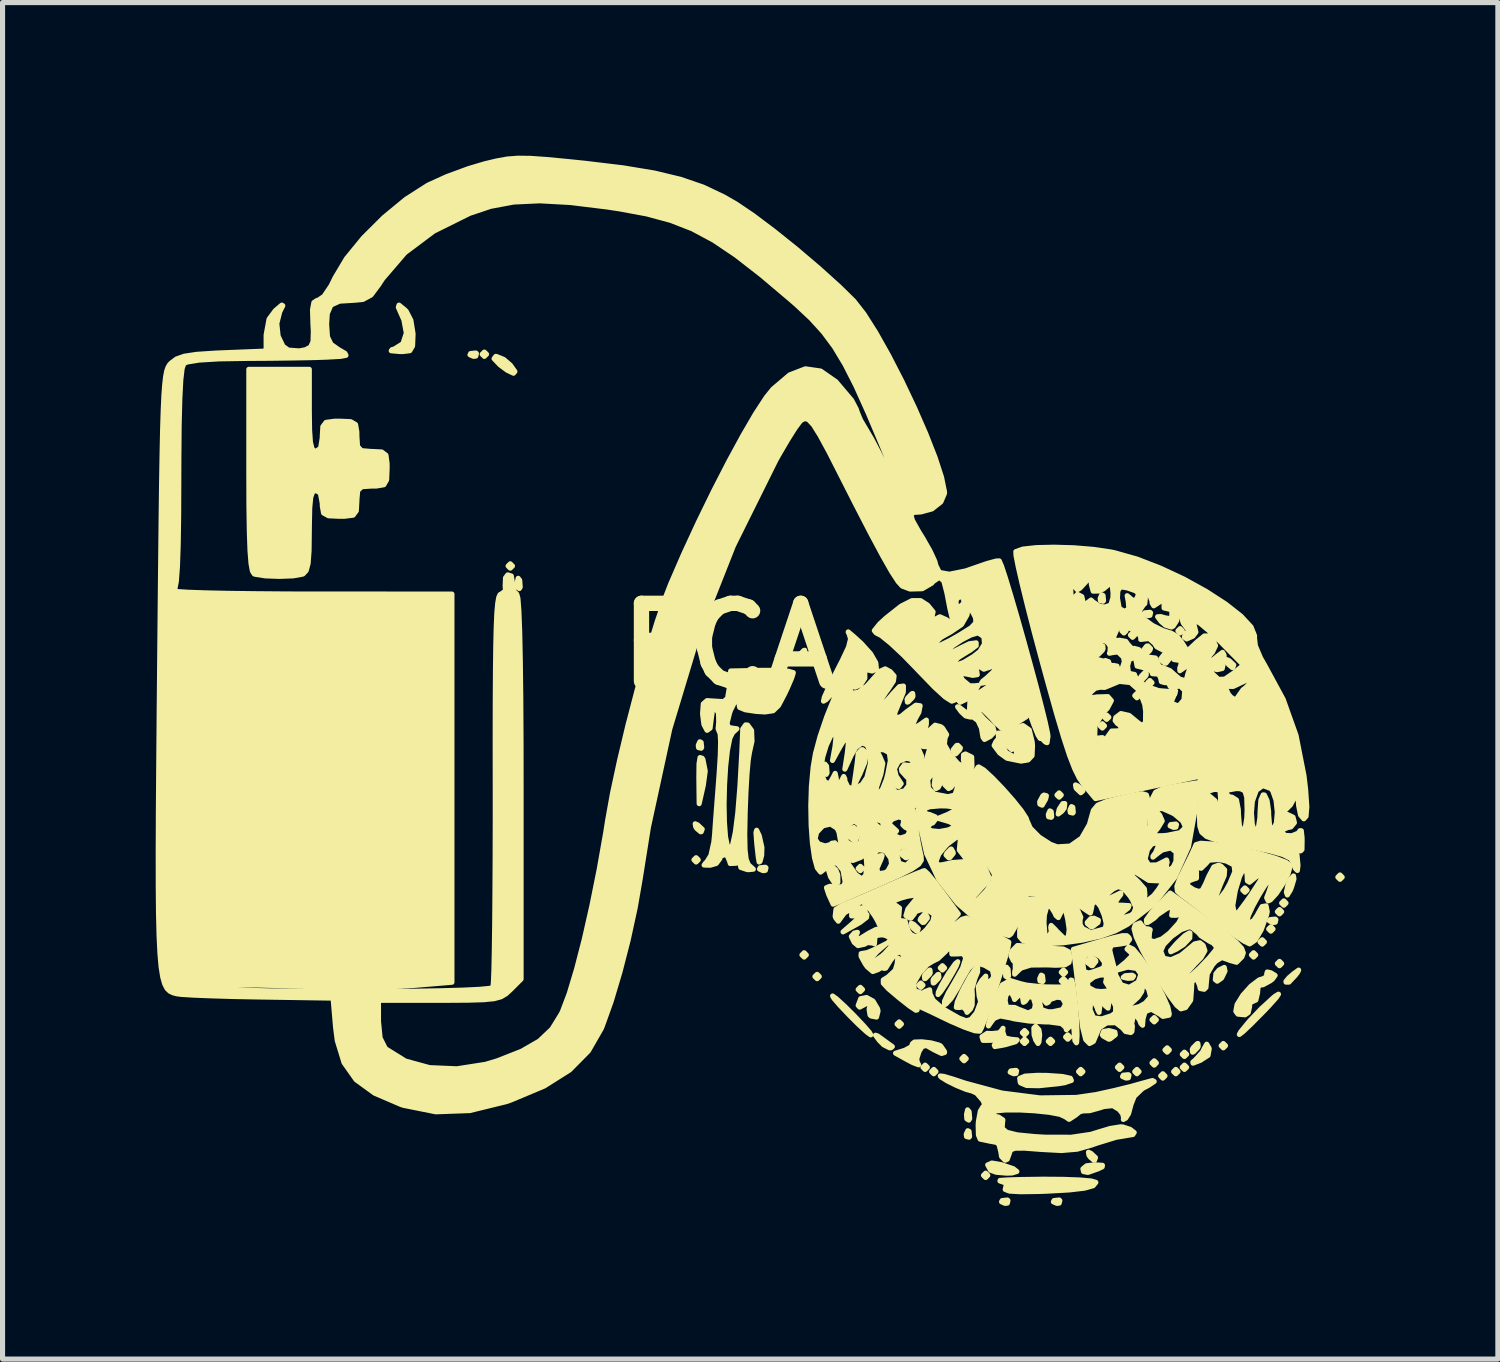
<source format=kicad_pcb>
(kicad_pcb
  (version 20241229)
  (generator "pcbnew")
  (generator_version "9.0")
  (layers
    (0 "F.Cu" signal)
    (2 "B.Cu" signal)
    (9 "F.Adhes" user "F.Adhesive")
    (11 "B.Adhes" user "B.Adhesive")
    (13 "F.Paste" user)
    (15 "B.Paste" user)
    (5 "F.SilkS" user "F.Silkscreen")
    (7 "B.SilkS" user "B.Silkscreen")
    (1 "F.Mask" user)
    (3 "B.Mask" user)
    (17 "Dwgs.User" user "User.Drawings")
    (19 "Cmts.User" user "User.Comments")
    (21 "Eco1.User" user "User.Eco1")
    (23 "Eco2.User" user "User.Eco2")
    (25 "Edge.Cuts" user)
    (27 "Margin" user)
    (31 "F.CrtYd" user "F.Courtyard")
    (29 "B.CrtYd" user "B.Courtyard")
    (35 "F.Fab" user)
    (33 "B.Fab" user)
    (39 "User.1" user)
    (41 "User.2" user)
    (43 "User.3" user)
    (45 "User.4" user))
  (footprint "FCA"
    (layer "F.Cu")
    (at 11.223 9.605)
    (property "Reference" "FCA" (at 0 0 0) (layer "F.SilkS") (effects (font (size 1.524 1.524) (thickness 0.3))))
    (attr through_hole)
    (fp_poly (pts (xy -4.741 -5.715) (xy -4.784 -5.673) (xy -4.826 -5.715) (xy -4.784 -5.757) (xy -4.741 -5.715)) (stroke (width 0.1) (type solid)) (fill yes) (layer "F.SilkS"))
    (fp_poly (pts (xy -4.233 -1.566) (xy -4.276 -1.524) (xy -4.318 -1.566) (xy -4.276 -1.609) (xy -4.233 -1.566)) (stroke (width 0.1) (type solid)) (fill yes) (layer "F.SilkS"))
    (fp_poly (pts (xy -0.593 4.191) (xy -0.635 4.233) (xy -0.677 4.191) (xy -0.635 4.149) (xy -0.593 4.191)) (stroke (width 0.1) (type solid)) (fill yes) (layer "F.SilkS"))
    (fp_poly (pts (xy 1.524 6.054) (xy 1.482 6.096) (xy 1.439 6.054) (xy 1.482 6.011) (xy 1.524 6.054)) (stroke (width 0.1) (type solid)) (fill yes) (layer "F.SilkS"))
    (fp_poly (pts (xy 1.778 6.477) (xy 1.736 6.519) (xy 1.693 6.477) (xy 1.736 6.435) (xy 1.778 6.477)) (stroke (width 0.1) (type solid)) (fill yes) (layer "F.SilkS"))
    (fp_poly (pts (xy 2.625 4.36) (xy 2.582 4.403) (xy 2.54 4.36) (xy 2.582 4.318) (xy 2.625 4.36)) (stroke (width 0.1) (type solid)) (fill yes) (layer "F.SilkS"))
    (fp_poly (pts (xy 2.625 6.731) (xy 2.582 6.773) (xy 2.54 6.731) (xy 2.582 6.689) (xy 2.625 6.731)) (stroke (width 0.1) (type solid)) (fill yes) (layer "F.SilkS"))
    (fp_poly (pts (xy 3.217 5.8) (xy 3.175 5.842) (xy 3.133 5.8) (xy 3.175 5.757) (xy 3.217 5.8)) (stroke (width 0.1) (type solid)) (fill yes) (layer "F.SilkS"))
    (fp_poly (pts (xy 3.387 7.408) (xy 3.344 7.451) (xy 3.302 7.408) (xy 3.344 7.366) (xy 3.387 7.408)) (stroke (width 0.1) (type solid)) (fill yes) (layer "F.SilkS"))
    (fp_poly (pts (xy 3.81 6.646) (xy 3.768 6.689) (xy 3.725 6.646) (xy 3.768 6.604) (xy 3.81 6.646)) (stroke (width 0.1) (type solid)) (fill yes) (layer "F.SilkS"))
    (fp_poly (pts (xy 3.895 8.255) (xy 3.852 8.297) (xy 3.81 8.255) (xy 3.852 8.213) (xy 3.895 8.255)) (stroke (width 0.1) (type solid)) (fill yes) (layer "F.SilkS"))
    (fp_poly (pts (xy 4.064 8.34) (xy 4.022 8.382) (xy 3.979 8.34) (xy 4.022 8.297) (xy 4.064 8.34)) (stroke (width 0.1) (type solid)) (fill yes) (layer "F.SilkS"))
    (fp_poly (pts (xy 4.233 6.308) (xy 4.191 6.35) (xy 4.149 6.308) (xy 4.191 6.265) (xy 4.233 6.308)) (stroke (width 0.1) (type solid)) (fill yes) (layer "F.SilkS"))
    (fp_poly (pts (xy 4.657 8.086) (xy 4.614 8.128) (xy 4.572 8.086) (xy 4.614 8.043) (xy 4.657 8.086)) (stroke (width 0.1) (type solid)) (fill yes) (layer "F.SilkS"))
    (fp_poly (pts (xy 5.08 10.372) (xy 5.038 10.414) (xy 4.995 10.372) (xy 5.038 10.329) (xy 5.08 10.372)) (stroke (width 0.1) (type solid)) (fill yes) (layer "F.SilkS"))
    (fp_poly (pts (xy 5.842 7.578) (xy 5.8 7.62) (xy 5.757 7.578) (xy 5.8 7.535) (xy 5.842 7.578)) (stroke (width 0.1) (type solid)) (fill yes) (layer "F.SilkS"))
    (fp_poly (pts (xy 5.842 7.747) (xy 5.8 7.789) (xy 5.757 7.747) (xy 5.8 7.705) (xy 5.842 7.747)) (stroke (width 0.1) (type solid)) (fill yes) (layer "F.SilkS"))
    (fp_poly (pts (xy 6.35 7.747) (xy 6.308 7.789) (xy 6.265 7.747) (xy 6.308 7.705) (xy 6.35 7.747)) (stroke (width 0.1) (type solid)) (fill yes) (layer "F.SilkS"))
    (fp_poly (pts (xy 6.519 2.921) (xy 6.477 2.963) (xy 6.435 2.921) (xy 6.477 2.879) (xy 6.519 2.921)) (stroke (width 0.1) (type solid)) (fill yes) (layer "F.SilkS"))
    (fp_poly (pts (xy 6.604 6.392) (xy 6.562 6.435) (xy 6.519 6.392) (xy 6.562 6.35) (xy 6.604 6.392)) (stroke (width 0.1) (type solid)) (fill yes) (layer "F.SilkS"))
    (fp_poly (pts (xy 6.604 6.562) (xy 6.562 6.604) (xy 6.519 6.562) (xy 6.562 6.519) (xy 6.604 6.562)) (stroke (width 0.1) (type solid)) (fill yes) (layer "F.SilkS"))
    (fp_poly (pts (xy 6.689 7.662) (xy 6.646 7.705) (xy 6.604 7.662) (xy 6.646 7.62) (xy 6.689 7.662)) (stroke (width 0.1) (type solid)) (fill yes) (layer "F.SilkS"))
    (fp_poly (pts (xy 6.943 8.34) (xy 6.9 8.382) (xy 6.858 8.34) (xy 6.9 8.297) (xy 6.943 8.34)) (stroke (width 0.1) (type solid)) (fill yes) (layer "F.SilkS"))
    (fp_poly (pts (xy 7.366 1.566) (xy 7.324 1.609) (xy 7.281 1.566) (xy 7.324 1.524) (xy 7.366 1.566)) (stroke (width 0.1) (type solid)) (fill yes) (layer "F.SilkS"))
    (fp_poly (pts (xy 7.451 1.397) (xy 7.408 1.439) (xy 7.366 1.397) (xy 7.408 1.355) (xy 7.451 1.397)) (stroke (width 0.1) (type solid)) (fill yes) (layer "F.SilkS"))
    (fp_poly (pts (xy 7.705 8.255) (xy 7.662 8.297) (xy 7.62 8.255) (xy 7.662 8.213) (xy 7.705 8.255)) (stroke (width 0.1) (type solid)) (fill yes) (layer "F.SilkS"))
    (fp_poly (pts (xy 7.789 -0.296) (xy 7.747 -0.254) (xy 7.705 -0.296) (xy 7.747 -0.339) (xy 7.789 -0.296)) (stroke (width 0.1) (type solid)) (fill yes) (layer "F.SilkS"))
    (fp_poly (pts (xy 7.959 -0.212) (xy 7.916 -0.169) (xy 7.874 -0.212) (xy 7.916 -0.254) (xy 7.959 -0.212)) (stroke (width 0.1) (type solid)) (fill yes) (layer "F.SilkS"))
    (fp_poly (pts (xy 8.043 0.974) (xy 8.001 1.016) (xy 7.959 0.974) (xy 8.001 0.931) (xy 8.043 0.974)) (stroke (width 0.1) (type solid)) (fill yes) (layer "F.SilkS"))
    (fp_poly (pts (xy 8.043 8.34) (xy 8.001 8.382) (xy 7.959 8.34) (xy 8.001 8.297) (xy 8.043 8.34)) (stroke (width 0.1) (type solid)) (fill yes) (layer "F.SilkS"))
    (fp_poly (pts (xy 8.297 0.72) (xy 8.255 0.762) (xy 8.213 0.72) (xy 8.255 0.677) (xy 8.297 0.72)) (stroke (width 0.1) (type solid)) (fill yes) (layer "F.SilkS"))
    (fp_poly (pts (xy 8.382 7.324) (xy 8.34 7.366) (xy 8.297 7.324) (xy 8.34 7.281) (xy 8.382 7.324)) (stroke (width 0.1) (type solid)) (fill yes) (layer "F.SilkS"))
    (fp_poly (pts (xy 8.382 8.17) (xy 8.34 8.213) (xy 8.297 8.17) (xy 8.34 8.128) (xy 8.382 8.17)) (stroke (width 0.1) (type solid)) (fill yes) (layer "F.SilkS"))
    (fp_poly (pts (xy 8.551 8.424) (xy 8.509 8.467) (xy 8.467 8.424) (xy 8.509 8.382) (xy 8.551 8.424)) (stroke (width 0.1) (type solid)) (fill yes) (layer "F.SilkS"))
    (fp_poly (pts (xy 8.636 7.916) (xy 8.594 7.959) (xy 8.551 7.916) (xy 8.594 7.874) (xy 8.636 7.916)) (stroke (width 0.1) (type solid)) (fill yes) (layer "F.SilkS"))
    (fp_poly (pts (xy 8.805 8.34) (xy 8.763 8.382) (xy 8.721 8.34) (xy 8.763 8.297) (xy 8.805 8.34)) (stroke (width 0.1) (type solid)) (fill yes) (layer "F.SilkS"))
    (fp_poly (pts (xy 8.89 -0.296) (xy 8.848 -0.254) (xy 8.805 -0.296) (xy 8.848 -0.339) (xy 8.89 -0.296)) (stroke (width 0.1) (type solid)) (fill yes) (layer "F.SilkS"))
    (fp_poly (pts (xy 8.975 8.001) (xy 8.932 8.043) (xy 8.89 8.001) (xy 8.932 7.959) (xy 8.975 8.001)) (stroke (width 0.1) (type solid)) (fill yes) (layer "F.SilkS"))
    (fp_poly (pts (xy 8.975 8.255) (xy 8.932 8.297) (xy 8.89 8.255) (xy 8.932 8.213) (xy 8.975 8.255)) (stroke (width 0.1) (type solid)) (fill yes) (layer "F.SilkS"))
    (fp_poly (pts (xy 9.737 7.832) (xy 9.694 7.874) (xy 9.652 7.832) (xy 9.694 7.789) (xy 9.737 7.832)) (stroke (width 0.1) (type solid)) (fill yes) (layer "F.SilkS"))
    (fp_poly (pts (xy 10.16 4.784) (xy 10.118 4.826) (xy 10.075 4.784) (xy 10.118 4.741) (xy 10.16 4.784)) (stroke (width 0.1) (type solid)) (fill yes) (layer "F.SilkS"))
    (fp_poly (pts (xy 10.329 6.054) (xy 10.287 6.096) (xy 10.245 6.054) (xy 10.287 6.011) (xy 10.329 6.054)) (stroke (width 0.1) (type solid)) (fill yes) (layer "F.SilkS"))
    (fp_poly (pts (xy 10.499 5.8) (xy 10.456 5.842) (xy 10.414 5.8) (xy 10.456 5.757) (xy 10.499 5.8)) (stroke (width 0.1) (type solid)) (fill yes) (layer "F.SilkS"))
    (fp_poly (pts (xy 10.668 5.546) (xy 10.626 5.588) (xy 10.583 5.546) (xy 10.626 5.503) (xy 10.668 5.546)) (stroke (width 0.1) (type solid)) (fill yes) (layer "F.SilkS"))
    (fp_poly (pts (xy 10.837 5.207) (xy 10.795 5.249) (xy 10.753 5.207) (xy 10.795 5.165) (xy 10.837 5.207)) (stroke (width 0.1) (type solid)) (fill yes) (layer "F.SilkS"))
    (fp_poly (pts (xy 10.837 6.223) (xy 10.795 6.265) (xy 10.753 6.223) (xy 10.795 6.181) (xy 10.837 6.223)) (stroke (width 0.1) (type solid)) (fill yes) (layer "F.SilkS"))
    (fp_poly (pts (xy 10.922 5.038) (xy 10.88 5.08) (xy 10.837 5.038) (xy 10.88 4.995) (xy 10.922 5.038)) (stroke (width 0.1) (type solid)) (fill yes) (layer "F.SilkS"))
    (fp_poly (pts (xy 12.023 4.53) (xy 11.98 4.572) (xy 11.938 4.53) (xy 11.98 4.487) (xy 12.023 4.53)) (stroke (width 0.1) (type solid)) (fill yes) (layer "F.SilkS"))
    (fp_poly (pts (xy -4.939 -5.729) (xy -4.951 -5.679) (xy -4.995 -5.673) (xy -5.065 -5.704) (xy -5.052 -5.729) (xy -4.951 -5.739) (xy -4.939 -5.729)) (stroke (width 0.1) (type solid)) (fill yes) (layer "F.SilkS"))
    (fp_poly (pts (xy -4.081 -1.154) (xy -4.098 -1.124) (xy -4.136 -1.149) (xy -4.142 -1.235) (xy -4.121 -1.325) (xy -4.091 -1.286) (xy -4.081 -1.154)) (stroke (width 0.1) (type solid)) (fill yes) (layer "F.SilkS"))
    (fp_poly (pts (xy -0.526 1.991) (xy -0.536 2.004) (xy -0.587 1.992) (xy -0.593 1.947) (xy -0.562 1.878) (xy -0.536 1.891) (xy -0.526 1.991)) (stroke (width 0.1) (type solid)) (fill yes) (layer "F.SilkS"))
    (fp_poly (pts (xy 0.734 4.346) (xy 0.722 4.397) (xy 0.677 4.403) (xy 0.608 4.372) (xy 0.621 4.346) (xy 0.721 4.336) (xy 0.734 4.346)) (stroke (width 0.1) (type solid)) (fill yes) (layer "F.SilkS"))
    (fp_poly (pts (xy 1.931 2.487) (xy 1.914 2.517) (xy 1.875 2.492) (xy 1.869 2.406) (xy 1.89 2.316) (xy 1.921 2.355) (xy 1.931 2.487)) (stroke (width 0.1) (type solid)) (fill yes) (layer "F.SilkS"))
    (fp_poly (pts (xy 4.723 9.611) (xy 4.713 9.624) (xy 4.663 9.612) (xy 4.657 9.567) (xy 4.688 9.498) (xy 4.713 9.511) (xy 4.723 9.611)) (stroke (width 0.1) (type solid)) (fill yes) (layer "F.SilkS"))
    (fp_poly (pts (xy 4.725 9.26) (xy 4.708 9.29) (xy 4.669 9.265) (xy 4.663 9.179) (xy 4.684 9.089) (xy 4.715 9.128) (xy 4.725 9.26)) (stroke (width 0.1) (type solid)) (fill yes) (layer "F.SilkS"))
    (fp_poly (pts (xy 5.475 10.866) (xy 5.463 10.916) (xy 5.419 10.922) (xy 5.349 10.891) (xy 5.362 10.866) (xy 5.463 10.855) (xy 5.475 10.866)) (stroke (width 0.1) (type solid)) (fill yes) (layer "F.SilkS"))
    (fp_poly (pts (xy 5.487 6.466) (xy 5.47 6.496) (xy 5.431 6.471) (xy 5.425 6.385) (xy 5.446 6.295) (xy 5.477 6.334) (xy 5.487 6.466)) (stroke (width 0.1) (type solid)) (fill yes) (layer "F.SilkS"))
    (fp_poly (pts (xy 5.644 8.326) (xy 5.633 8.376) (xy 5.588 8.382) (xy 5.518 8.351) (xy 5.532 8.326) (xy 5.632 8.315) (xy 5.644 8.326)) (stroke (width 0.1) (type solid)) (fill yes) (layer "F.SilkS"))
    (fp_poly (pts (xy 6.163 6.563) (xy 6.152 6.576) (xy 6.102 6.564) (xy 6.096 6.519) (xy 6.127 6.45) (xy 6.152 6.463) (xy 6.163 6.563)) (stroke (width 0.1) (type solid)) (fill yes) (layer "F.SilkS"))
    (fp_poly (pts (xy 6.332 3.346) (xy 6.322 3.358) (xy 6.271 3.347) (xy 6.265 3.302) (xy 6.296 3.232) (xy 6.322 3.246) (xy 6.332 3.346)) (stroke (width 0.1) (type solid)) (fill yes) (layer "F.SilkS"))
    (fp_poly (pts (xy 6.491 10.866) (xy 6.479 10.916) (xy 6.435 10.922) (xy 6.365 10.891) (xy 6.378 10.866) (xy 6.479 10.855) (xy 6.491 10.866)) (stroke (width 0.1) (type solid)) (fill yes) (layer "F.SilkS"))
    (fp_poly (pts (xy 6.755 3.261) (xy 6.745 3.274) (xy 6.695 3.262) (xy 6.689 3.217) (xy 6.72 3.148) (xy 6.745 3.161) (xy 6.755 3.261)) (stroke (width 0.1) (type solid)) (fill yes) (layer "F.SilkS"))
    (fp_poly (pts (xy 7.338 1.806) (xy 7.326 1.857) (xy 7.281 1.863) (xy 7.212 1.832) (xy 7.225 1.806) (xy 7.325 1.796) (xy 7.338 1.806)) (stroke (width 0.1) (type solid)) (fill yes) (layer "F.SilkS"))
    (fp_poly (pts (xy 7.348 -0.887) (xy 7.338 -0.875) (xy 7.287 -0.887) (xy 7.281 -0.931) (xy 7.312 -1.001) (xy 7.338 -0.988) (xy 7.348 -0.887)) (stroke (width 0.1) (type solid)) (fill yes) (layer "F.SilkS"))
    (fp_poly (pts (xy 7.846 8.41) (xy 7.834 8.461) (xy 7.789 8.467) (xy 7.72 8.436) (xy 7.733 8.41) (xy 7.833 8.4) (xy 7.846 8.41)) (stroke (width 0.1) (type solid)) (fill yes) (layer "F.SilkS"))
    (fp_poly (pts (xy 7.936 6.468) (xy 7.91 6.507) (xy 7.825 6.513) (xy 7.734 6.492) (xy 7.773 6.461) (xy 7.906 6.451) (xy 7.936 6.468)) (stroke (width 0.1) (type solid)) (fill yes) (layer "F.SilkS"))
    (fp_poly (pts (xy 8.269 -0.649) (xy 8.257 -0.599) (xy 8.213 -0.593) (xy 8.143 -0.624) (xy 8.156 -0.649) (xy 8.257 -0.659) (xy 8.269 -0.649)) (stroke (width 0.1) (type solid)) (fill yes) (layer "F.SilkS"))
    (fp_poly (pts (xy 8.777 3.5) (xy 8.765 3.55) (xy 8.721 3.556) (xy 8.651 3.525) (xy 8.664 3.5) (xy 8.765 3.489) (xy 8.777 3.5)) (stroke (width 0.1) (type solid)) (fill yes) (layer "F.SilkS"))
    (fp_poly (pts (xy 10.724 5.362) (xy 10.713 5.413) (xy 10.668 5.419) (xy 10.598 5.388) (xy 10.612 5.362) (xy 10.712 5.352) (xy 10.724 5.362)) (stroke (width 0.1) (type solid)) (fill yes) (layer "F.SilkS"))
    (fp_poly (pts (xy -0.515 3.591) (xy -0.534 3.64) (xy -0.545 3.641) (xy -0.617 3.581) (xy -0.643 3.543) (xy -0.653 3.485) (xy -0.606 3.506) (xy -0.515 3.591)) (stroke (width 0.1) (type solid)) (fill yes) (layer "F.SilkS"))
    (fp_poly (pts (xy 3.718 5.538) (xy 3.7 5.587) (xy 3.688 5.588) (xy 3.616 5.528) (xy 3.59 5.49) (xy 3.58 5.432) (xy 3.628 5.453) (xy 3.718 5.538)) (stroke (width 0.1) (type solid)) (fill yes) (layer "F.SilkS"))
    (fp_poly (pts (xy 5.588 1.995) (xy 5.548 2.029) (xy 5.464 1.951) (xy 5.453 1.934) (xy 5.443 1.876) (xy 5.49 1.897) (xy 5.58 1.976) (xy 5.588 1.995)) (stroke (width 0.1) (type solid)) (fill yes) (layer "F.SilkS"))
    (fp_poly (pts (xy 6.228 2.935) (xy 6.213 3.001) (xy 6.145 3.12) (xy 6.1 3.1) (xy 6.096 3.053) (xy 6.157 2.938) (xy 6.18 2.922) (xy 6.228 2.935)) (stroke (width 0.1) (type solid)) (fill yes) (layer "F.SilkS"))
    (fp_poly (pts (xy 6.588 3.088) (xy 6.578 3.178) (xy 6.53 3.24) (xy 6.459 3.293) (xy 6.476 3.209) (xy 6.482 3.193) (xy 6.55 3.089) (xy 6.588 3.088)) (stroke (width 0.1) (type solid)) (fill yes) (layer "F.SilkS"))
    (fp_poly (pts (xy 6.943 2.841) (xy 6.902 2.876) (xy 6.819 2.798) (xy 6.808 2.781) (xy 6.798 2.723) (xy 6.845 2.744) (xy 6.935 2.822) (xy 6.943 2.841)) (stroke (width 0.1) (type solid)) (fill yes) (layer "F.SilkS"))
    (fp_poly (pts (xy 7.19 10.025) (xy 7.171 10.075) (xy 7.159 10.075) (xy 7.088 10.015) (xy 7.062 9.978) (xy 7.052 9.92) (xy 7.099 9.94) (xy 7.19 10.025)) (stroke (width 0.1) (type solid)) (fill yes) (layer "F.SilkS"))
    (fp_poly (pts (xy 9.727 6.371) (xy 9.661 6.507) (xy 9.574 6.568) (xy 9.537 6.538) (xy 9.549 6.423) (xy 9.611 6.349) (xy 9.713 6.299) (xy 9.727 6.371)) (stroke (width 0.1) (type solid)) (fill yes) (layer "F.SilkS"))
    (fp_poly (pts (xy 9.899 0.373) (xy 9.88 0.423) (xy 9.869 0.423) (xy 9.797 0.363) (xy 9.771 0.326) (xy 9.761 0.268) (xy 9.808 0.288) (xy 9.899 0.373)) (stroke (width 0.1) (type solid)) (fill yes) (layer "F.SilkS"))
    (fp_poly (pts (xy -0.456 2.453) (xy -0.494 2.732) (xy -0.575 3.09) (xy -0.581 2.582) (xy -0.578 2.309) (xy -0.558 2.187) (xy -0.516 2.2) (xy -0.501 2.224) (xy -0.456 2.453)) (stroke (width 0.1) (type solid)) (fill yes) (layer "F.SilkS"))
    (fp_poly (pts (xy 1.497 0.139) (xy 1.482 0.169) (xy 1.402 0.25) (xy 1.387 0.254) (xy 1.381 0.199) (xy 1.397 0.169) (xy 1.477 0.088) (xy 1.492 0.085) (xy 1.497 0.139)) (stroke (width 0.1) (type solid)) (fill yes) (layer "F.SilkS"))
    (fp_poly (pts (xy 2.143 4.63) (xy 2.077 4.642) (xy 1.999 4.523) (xy 1.952 4.371) (xy 1.983 4.321) (xy 2.022 4.318) (xy 2.101 4.388) (xy 2.141 4.487) (xy 2.143 4.63)) (stroke (width 0.1) (type solid)) (fill yes) (layer "F.SilkS"))
    (fp_poly (pts (xy 2.54 3.683) (xy 2.494 3.796) (xy 2.455 3.81) (xy 2.38 3.741) (xy 2.371 3.683) (xy 2.416 3.57) (xy 2.455 3.556) (xy 2.53 3.625) (xy 2.54 3.683)) (stroke (width 0.1) (type solid)) (fill yes) (layer "F.SilkS"))
    (fp_poly (pts (xy 3.556 4.111) (xy 3.49 4.148) (xy 3.471 4.149) (xy 3.39 4.084) (xy 3.387 4.059) (xy 3.439 4.008) (xy 3.471 4.022) (xy 3.552 4.098) (xy 3.556 4.111)) (stroke (width 0.1) (type solid)) (fill yes) (layer "F.SilkS"))
    (fp_poly (pts (xy 3.614 0.986) (xy 3.598 1.016) (xy 3.519 1.097) (xy 3.504 1.101) (xy 3.498 1.046) (xy 3.514 1.016) (xy 3.593 0.935) (xy 3.608 0.931) (xy 3.614 0.986)) (stroke (width 0.1) (type solid)) (fill yes) (layer "F.SilkS"))
    (fp_poly (pts (xy 3.895 5.334) (xy 3.83 5.415) (xy 3.805 5.419) (xy 3.754 5.367) (xy 3.768 5.334) (xy 3.844 5.253) (xy 3.857 5.249) (xy 3.894 5.315) (xy 3.895 5.334)) (stroke (width 0.1) (type solid)) (fill yes) (layer "F.SilkS"))
    (fp_poly (pts (xy 3.953 6.405) (xy 3.937 6.435) (xy 3.857 6.516) (xy 3.842 6.519) (xy 3.837 6.465) (xy 3.852 6.435) (xy 3.932 6.354) (xy 3.947 6.35) (xy 3.953 6.405)) (stroke (width 0.1) (type solid)) (fill yes) (layer "F.SilkS"))
    (fp_poly (pts (xy 4.122 6.489) (xy 4.106 6.519) (xy 4.027 6.6) (xy 4.012 6.604) (xy 4.006 6.549) (xy 4.022 6.519) (xy 4.101 6.438) (xy 4.116 6.435) (xy 4.122 6.489)) (stroke (width 0.1) (type solid)) (fill yes) (layer "F.SilkS"))
    (fp_poly (pts (xy 4.403 4.064) (xy 4.338 4.145) (xy 4.313 4.149) (xy 4.262 4.097) (xy 4.276 4.064) (xy 4.352 3.983) (xy 4.365 3.979) (xy 4.402 4.045) (xy 4.403 4.064)) (stroke (width 0.1) (type solid)) (fill yes) (layer "F.SilkS"))
    (fp_poly (pts (xy 4.543 1.999) (xy 4.53 2.032) (xy 4.454 2.113) (xy 4.44 2.117) (xy 4.404 2.051) (xy 4.403 2.032) (xy 4.468 1.951) (xy 4.492 1.947) (xy 4.543 1.999)) (stroke (width 0.1) (type solid)) (fill yes) (layer "F.SilkS"))
    (fp_poly (pts (xy 6.096 7.62) (xy 6.082 7.758) (xy 6.064 7.789) (xy 6.019 7.72) (xy 5.987 7.62) (xy 5.982 7.485) (xy 6.019 7.451) (xy 6.082 7.522) (xy 6.096 7.62)) (stroke (width 0.1) (type solid)) (fill yes) (layer "F.SilkS"))
    (fp_poly (pts (xy 7.197 6.181) (xy 7.132 6.263) (xy 7.112 6.265) (xy 7.03 6.201) (xy 7.027 6.181) (xy 7.092 6.098) (xy 7.112 6.096) (xy 7.194 6.16) (xy 7.197 6.181)) (stroke (width 0.1) (type solid)) (fill yes) (layer "F.SilkS"))
    (fp_poly (pts (xy 7.247 5.375) (xy 7.239 5.419) (xy 7.131 5.5) (xy 7.107 5.503) (xy 7.03 5.439) (xy 7.027 5.419) (xy 7.096 5.344) (xy 7.159 5.334) (xy 7.247 5.375)) (stroke (width 0.1) (type solid)) (fill yes) (layer "F.SilkS"))
    (fp_poly (pts (xy 7.326 10.176) (xy 7.321 10.206) (xy 7.239 10.245) (xy 7.041 10.315) (xy 6.955 10.298) (xy 6.943 10.245) (xy 7.016 10.185) (xy 7.176 10.166) (xy 7.326 10.176)) (stroke (width 0.1) (type solid)) (fill yes) (layer "F.SilkS"))
    (fp_poly (pts (xy 7.339 0.055) (xy 7.324 0.085) (xy 7.244 0.166) (xy 7.229 0.169) (xy 7.223 0.115) (xy 7.239 0.085) (xy 7.319 0.004) (xy 7.334 0) (xy 7.339 0.055)) (stroke (width 0.1) (type solid)) (fill yes) (layer "F.SilkS"))
    (fp_poly (pts (xy 7.578 7.62) (xy 7.473 7.701) (xy 7.451 7.705) (xy 7.341 7.643) (xy 7.324 7.62) (xy 7.35 7.554) (xy 7.451 7.535) (xy 7.571 7.567) (xy 7.578 7.62)) (stroke (width 0.1) (type solid)) (fill yes) (layer "F.SilkS"))
    (fp_poly (pts (xy 8.186 0.563) (xy 8.17 0.593) (xy 8.091 0.674) (xy 8.076 0.677) (xy 8.07 0.623) (xy 8.086 0.593) (xy 8.165 0.512) (xy 8.18 0.508) (xy 8.186 0.563)) (stroke (width 0.1) (type solid)) (fill yes) (layer "F.SilkS"))
    (fp_poly (pts (xy 8.268 0.052) (xy 8.255 0.085) (xy 8.179 0.165) (xy 8.165 0.169) (xy 8.129 0.104) (xy 8.128 0.085) (xy 8.193 0.003) (xy 8.218 0) (xy 8.268 0.052)) (stroke (width 0.1) (type solid)) (fill yes) (layer "F.SilkS"))
    (fp_poly (pts (xy 8.636 0.254) (xy 8.572 0.336) (xy 8.551 0.339) (xy 8.469 0.274) (xy 8.467 0.254) (xy 8.531 0.172) (xy 8.551 0.169) (xy 8.634 0.234) (xy 8.636 0.254)) (stroke (width 0.1) (type solid)) (fill yes) (layer "F.SilkS"))
    (fp_poly (pts (xy 9.202 7.844) (xy 9.186 7.874) (xy 9.107 7.955) (xy 9.092 7.959) (xy 9.086 7.904) (xy 9.102 7.874) (xy 9.181 7.793) (xy 9.196 7.789) (xy 9.202 7.844)) (stroke (width 0.1) (type solid)) (fill yes) (layer "F.SilkS"))
    (fp_poly (pts (xy 11.078 4.567) (xy 11.031 4.725) (xy 11.007 4.784) (xy 10.949 4.879) (xy 10.929 4.826) (xy 10.969 4.645) (xy 11.007 4.572) (xy 11.07 4.506) (xy 11.078 4.567)) (stroke (width 0.1) (type solid)) (fill yes) (layer "F.SilkS"))
    (fp_poly (pts (xy 11.17 6.351) (xy 11.149 6.394) (xy 11.102 6.456) (xy 10.979 6.587) (xy 10.923 6.587) (xy 10.922 6.572) (xy 10.98 6.501) (xy 11.07 6.424) (xy 11.17 6.351)) (stroke (width 0.1) (type solid)) (fill yes) (layer "F.SilkS"))
    (fp_poly (pts (xy -4.185 -5.376) (xy -4.213 -5.343) (xy -4.336 -5.402) (xy -4.476 -5.506) (xy -4.593 -5.628) (xy -4.56 -5.672) (xy -4.552 -5.673) (xy -4.406 -5.614) (xy -4.276 -5.503) (xy -4.185 -5.376)) (stroke (width 0.1) (type solid)) (fill yes) (layer "F.SilkS"))
    (fp_poly (pts (xy 3.21 7.85) (xy 3.182 7.873) (xy 3.157 7.874) (xy 3.039 7.814) (xy 2.953 7.726) (xy 2.88 7.627) (xy 2.92 7.641) (xy 3.006 7.702) (xy 3.148 7.806) (xy 3.21 7.85)) (stroke (width 0.1) (type solid)) (fill yes) (layer "F.SilkS"))
    (fp_poly (pts (xy 5.649 10.297) (xy 5.554 10.326) (xy 5.447 10.329) (xy 5.248 10.312) (xy 5.136 10.273) (xy 5.078 10.168) (xy 5.16 10.131) (xy 5.345 10.163) (xy 5.579 10.242) (xy 5.649 10.297)) (stroke (width 0.1) (type solid)) (fill yes) (layer "F.SilkS"))
    (fp_poly (pts (xy 2.699 2.096) (xy 2.668 2.284) (xy 2.578 2.498) (xy 2.454 2.752) (xy 2.497 2.466) (xy 2.526 2.25) (xy 2.54 2.112) (xy 2.54 2.106) (xy 2.605 2.034) (xy 2.625 2.032) (xy 2.699 2.096)) (stroke (width 0.1) (type solid)) (fill yes) (layer "F.SilkS"))
    (fp_poly (pts (xy 4.492 6.187) (xy 4.458 6.277) (xy 4.396 6.392) (xy 4.263 6.617) (xy 4.16 6.769) (xy 4.105 6.83) (xy 4.111 6.782) (xy 4.175 6.646) (xy 4.312 6.411) (xy 4.446 6.223) (xy 4.492 6.187)) (stroke (width 0.1) (type solid)) (fill yes) (layer "F.SilkS"))
    (fp_poly (pts (xy 9.04 5.625) (xy 9.037 5.722) (xy 8.916 5.851) (xy 8.779 5.938) (xy 8.665 5.992) (xy 8.661 5.968) (xy 8.769 5.844) (xy 8.799 5.811) (xy 8.942 5.674) (xy 9.032 5.622) (xy 9.04 5.625)) (stroke (width 0.1) (type solid)) (fill yes) (layer "F.SilkS"))
    (fp_poly (pts (xy 9.418 7.889) (xy 9.395 8.021) (xy 9.243 8.119) (xy 9.101 8.174) (xy 9.097 8.154) (xy 9.151 8.108) (xy 9.285 7.959) (xy 9.326 7.878) (xy 9.369 7.803) (xy 9.418 7.888) (xy 9.418 7.889)) (stroke (width 0.1) (type solid)) (fill yes) (layer "F.SilkS"))
    (fp_poly (pts (xy 0.654 3.949) (xy 0.65 4.102) (xy 0.617 4.223) (xy 0.599 4.233) (xy 0.582 4.13) (xy 0.559 3.923) (xy 0.552 3.852) (xy 0.538 3.655) (xy 0.551 3.611) (xy 0.596 3.705) (xy 0.603 3.721) (xy 0.654 3.949)) (stroke (width 0.1) (type solid)) (fill yes) (layer "F.SilkS"))
    (fp_poly (pts (xy 2.787 7.62) (xy 2.71 7.564) (xy 2.552 7.419) (xy 2.371 7.239) (xy 2.185 7.043) (xy 2.066 6.906) (xy 2.039 6.858) (xy 2.116 6.914) (xy 2.274 7.059) (xy 2.455 7.239) (xy 2.641 7.435) (xy 2.76 7.572) (xy 2.787 7.62)) (stroke (width 0.1) (type solid)) (fill yes) (layer "F.SilkS"))
    (fp_poly (pts (xy 6.717 8.513) (xy 6.582 8.558) (xy 6.462 8.577) (xy 6.079 8.616) (xy 5.839 8.611) (xy 5.723 8.562) (xy 5.715 8.552) (xy 5.705 8.472) (xy 5.81 8.428) (xy 6.052 8.413) (xy 6.238 8.415) (xy 6.535 8.435) (xy 6.698 8.47) (xy 6.717 8.513)) (stroke (width 0.1) (type solid)) (fill yes) (layer "F.SilkS"))
    (fp_poly (pts (xy 8.786 -0.617) (xy 8.779 -0.493) (xy 8.711 -0.387) (xy 8.678 -0.37) (xy 8.56 -0.406) (xy 8.476 -0.479) (xy 8.407 -0.571) (xy 8.469 -0.575) (xy 8.55 -0.551) (xy 8.684 -0.529) (xy 8.684 -0.584) (xy 8.686 -0.668) (xy 8.722 -0.677) (xy 8.786 -0.617)) (stroke (width 0.1) (type solid)) (fill yes) (layer "F.SilkS"))
    (fp_poly (pts (xy 10.775 6.823) (xy 10.731 6.889) (xy 10.59 7.047) (xy 10.502 7.14) (xy 10.248 7.397) (xy 10.081 7.556) (xy 10.008 7.612) (xy 10.037 7.558) (xy 10.174 7.39) (xy 10.215 7.342) (xy 10.438 7.108) (xy 10.675 6.891) (xy 10.71 6.862) (xy 10.775 6.823)) (stroke (width 0.1) (type solid)) (fill yes) (layer "F.SilkS"))
    (fp_poly (pts (xy 2.93 7.153) (xy 2.9 7.271) (xy 2.796 7.252) (xy 2.772 7.231) (xy 2.754 7.119) (xy 2.773 7.04) (xy 2.796 6.948) (xy 2.729 6.98) (xy 2.683 7.017) (xy 2.57 7.076) (xy 2.54 7.043) (xy 2.59 6.911) (xy 2.704 6.888) (xy 2.831 6.958) (xy 2.92 7.108) (xy 2.93 7.153)) (stroke (width 0.1) (type solid)) (fill yes) (layer "F.SilkS"))
    (fp_poly (pts (xy 4.881 6.292) (xy 4.88 6.39) (xy 4.828 6.515) (xy 4.77 6.715) (xy 4.777 6.84) (xy 4.774 7.034) (xy 4.741 7.112) (xy 4.673 7.179) (xy 4.658 7.136) (xy 4.596 7.072) (xy 4.522 7.084) (xy 4.463 7.08) (xy 4.481 6.977) (xy 4.58 6.756) (xy 4.613 6.692) (xy 4.738 6.464) (xy 4.837 6.32) (xy 4.881 6.292)) (stroke (width 0.1) (type solid)) (fill yes) (layer "F.SilkS"))
    (fp_poly (pts (xy -6.181 -6.09) (xy -6.19 -5.876) (xy -6.245 -5.784) (xy -6.387 -5.767) (xy -6.456 -5.769) (xy -6.608 -5.783) (xy -6.591 -5.806) (xy -6.549 -5.816) (xy -6.379 -5.922) (xy -6.312 -6.128) (xy -6.36 -6.389) (xy -6.389 -6.453) (xy -6.469 -6.635) (xy -6.456 -6.677) (xy -6.345 -6.587) (xy -6.314 -6.556) (xy -6.223 -6.379) (xy -6.181 -6.12) (xy -6.181 -6.09)) (stroke (width 0.1) (type solid)) (fill yes) (layer "F.SilkS"))
    (fp_poly (pts (xy 5.656 7.718) (xy 5.624 7.754) (xy 5.435 7.809) (xy 5.376 7.822) (xy 5.218 7.849) (xy 5.206 7.821) (xy 5.249 7.785) (xy 5.311 7.723) (xy 5.232 7.716) (xy 5.151 7.727) (xy 4.988 7.728) (xy 4.966 7.658) (xy 5.068 7.59) (xy 5.162 7.595) (xy 5.308 7.579) (xy 5.356 7.522) (xy 5.378 7.491) (xy 5.372 7.556) (xy 5.411 7.679) (xy 5.525 7.705) (xy 5.656 7.718)) (stroke (width 0.1) (type solid)) (fill yes) (layer "F.SilkS"))
    (fp_poly (pts (xy 7.197 10.511) (xy 7.144 10.575) (xy 6.976 10.623) (xy 6.676 10.658) (xy 6.228 10.683) (xy 6.082 10.688) (xy 5.719 10.693) (xy 5.505 10.681) (xy 5.421 10.649) (xy 5.43 10.611) (xy 5.447 10.527) (xy 5.318 10.483) (xy 5.321 10.472) (xy 5.468 10.462) (xy 5.735 10.454) (xy 6.098 10.449) (xy 6.16 10.448) (xy 6.556 10.451) (xy 6.883 10.463) (xy 7.107 10.483) (xy 7.196 10.509) (xy 7.197 10.511)) (stroke (width 0.1) (type solid)) (fill yes) (layer "F.SilkS"))
    (fp_poly (pts (xy 4.233 7.966) (xy 4.174 7.984) (xy 4.031 7.915) (xy 4.028 7.913) (xy 3.876 7.827) (xy 3.793 7.849) (xy 3.734 7.942) (xy 3.686 8.093) (xy 3.7 8.159) (xy 3.725 8.207) (xy 3.612 8.164) (xy 3.478 8.093) (xy 3.273 7.979) (xy 3.458 7.921) (xy 3.585 7.851) (xy 3.602 7.795) (xy 3.643 7.761) (xy 3.785 7.756) (xy 3.966 7.777) (xy 4.121 7.819) (xy 4.155 7.836) (xy 4.232 7.947) (xy 4.233 7.966)) (stroke (width 0.1) (type solid)) (fill yes) (layer "F.SilkS"))
    (fp_poly (pts (xy 6.689 6.1) (xy 6.671 6.201) (xy 6.591 6.248) (xy 6.408 6.256) (xy 6.244 6.249) (xy 5.922 6.252) (xy 5.73 6.312) (xy 5.687 6.35) (xy 5.605 6.431) (xy 5.607 6.374) (xy 5.619 6.334) (xy 5.617 6.2) (xy 5.578 6.163) (xy 5.534 6.075) (xy 5.552 5.982) (xy 5.66 5.87) (xy 5.79 5.876) (xy 5.989 5.907) (xy 6.259 5.924) (xy 6.329 5.926) (xy 6.558 5.938) (xy 6.663 5.99) (xy 6.689 6.1)) (stroke (width 0.1) (type solid)) (fill yes) (layer "F.SilkS"))
    (fp_poly (pts (xy 5.956 1.956) (xy 5.947 2.15) (xy 5.87 2.233) (xy 5.842 2.238) (xy 5.842 2.074) (xy 5.8 2.032) (xy 5.757 2.074) (xy 5.8 2.117) (xy 5.842 2.074) (xy 5.842 2.238) (xy 5.731 2.256) (xy 5.646 2.239) (xy 5.646 2.133) (xy 5.639 2.073) (xy 5.589 1.946) (xy 5.505 1.831) (xy 5.43 1.78) (xy 5.408 1.803) (xy 5.387 1.986) (xy 5.437 2.088) (xy 5.598 2.175) (xy 5.644 2.195) (xy 5.646 2.133) (xy 5.646 2.239) (xy 5.456 2.2) (xy 5.313 2.096) (xy 5.204 1.95) (xy 5.234 1.882) (xy 5.297 1.803) (xy 5.286 1.769) (xy 5.285 1.707) (xy 5.307 1.709) (xy 5.426 1.687) (xy 5.576 1.619) (xy 5.77 1.56) (xy 5.892 1.645) (xy 5.95 1.881) (xy 5.956 1.956)) (stroke (width 0.1) (type solid)) (fill yes) (layer "F.SilkS"))
    (fp_poly (pts (xy 10.709 6.455) (xy 10.656 6.528) (xy 10.608 6.564) (xy 10.469 6.639) (xy 10.409 6.643) (xy 10.373 6.689) (xy 10.365 6.799) (xy 10.332 6.937) (xy 10.269 6.965) (xy 10.245 6.98) (xy 10.245 6.816) (xy 10.202 6.773) (xy 10.16 6.816) (xy 10.202 6.858) (xy 10.245 6.816) (xy 10.245 6.98) (xy 10.202 7.006) (xy 10.21 7.06) (xy 10.183 7.183) (xy 10.119 7.227) (xy 10.075 7.223) (xy 10.075 7.154) (xy 10.033 7.112) (xy 9.991 7.154) (xy 10.033 7.197) (xy 10.075 7.154) (xy 10.075 7.223) (xy 9.981 7.214) (xy 9.939 7.159) (xy 9.963 7.026) (xy 10.078 6.842) (xy 10.238 6.664) (xy 10.399 6.542) (xy 10.475 6.519) (xy 10.552 6.475) (xy 10.542 6.436) (xy 10.555 6.388) (xy 10.624 6.403) (xy 10.709 6.455)) (stroke (width 0.1) (type solid)) (fill yes) (layer "F.SilkS"))
    (fp_poly (pts (xy -6.689 -3.471) (xy -6.698 -3.254) (xy -6.753 -3.158) (xy -6.898 -3.133) (xy -6.985 -3.133) (xy -7.184 -3.12) (xy -7.265 -3.046) (xy -7.281 -2.859) (xy -7.281 -2.836) (xy -7.292 -2.647) (xy -7.355 -2.562) (xy -7.52 -2.541) (xy -7.62 -2.54) (xy -7.837 -2.55) (xy -7.934 -2.604) (xy -7.958 -2.739) (xy -7.959 -2.794) (xy -7.997 -2.996) (xy -8.086 -3.048) (xy -8.147 -3.019) (xy -8.185 -2.913) (xy -8.205 -2.702) (xy -8.212 -2.356) (xy -8.213 -2.253) (xy -8.218 -1.866) (xy -8.236 -1.618) (xy -8.274 -1.477) (xy -8.334 -1.412) (xy -8.347 -1.406) (xy -8.53 -1.373) (xy -8.799 -1.363) (xy -9.074 -1.373) (xy -9.274 -1.404) (xy -9.292 -1.411) (xy -9.328 -1.467) (xy -9.355 -1.614) (xy -9.375 -1.868) (xy -9.388 -2.244) (xy -9.396 -2.758) (xy -9.398 -3.425) (xy -9.398 -3.436) (xy -9.398 -5.419) (xy -8.805 -5.419) (xy -8.213 -5.419) (xy -8.213 -4.614) (xy -8.208 -4.231) (xy -8.191 -3.988) (xy -8.158 -3.858) (xy -8.104 -3.812) (xy -8.086 -3.81) (xy -7.992 -3.874) (xy -7.959 -4.079) (xy -7.959 -4.106) (xy -7.948 -4.296) (xy -7.885 -4.38) (xy -7.72 -4.402) (xy -7.62 -4.403) (xy -7.403 -4.394) (xy -7.307 -4.338) (xy -7.282 -4.194) (xy -7.281 -4.106) (xy -7.268 -3.908) (xy -7.194 -3.826) (xy -7.008 -3.81) (xy -6.985 -3.81) (xy -6.795 -3.8) (xy -6.711 -3.736) (xy -6.689 -3.571) (xy -6.689 -3.471)) (stroke (width 0.1) (type solid)) (fill yes) (layer "F.SilkS"))
    (fp_poly (pts (xy 6.829 7.63) (xy 6.821 7.764) (xy 6.816 7.775) (xy 6.786 7.734) (xy 6.772 7.575) (xy 6.772 7.571) (xy 6.76 7.415) (xy 6.717 7.412) (xy 6.689 7.451) (xy 6.62 7.52) (xy 6.605 7.472) (xy 6.604 7.471) (xy 6.604 7.012) (xy 6.539 6.896) (xy 6.435 6.881) (xy 6.296 6.929) (xy 6.264 6.982) (xy 6.228 7) (xy 6.181 6.943) (xy 6.118 6.874) (xy 6.098 6.957) (xy 6.097 6.996) (xy 6.129 7.125) (xy 6.258 7.167) (xy 6.35 7.167) (xy 6.546 7.124) (xy 6.604 7.012) (xy 6.604 7.471) (xy 6.523 7.399) (xy 6.281 7.367) (xy 6.201 7.366) (xy 6.011 7.355) (xy 6.011 7.027) (xy 5.969 6.884) (xy 5.88 6.872) (xy 5.813 6.964) (xy 5.777 6.983) (xy 5.763 6.9) (xy 5.744 6.789) (xy 5.688 6.834) (xy 5.673 6.858) (xy 5.604 6.927) (xy 5.589 6.879) (xy 5.535 6.781) (xy 5.503 6.773) (xy 5.435 6.844) (xy 5.419 6.948) (xy 5.445 7.069) (xy 5.486 7.08) (xy 5.607 7.083) (xy 5.677 7.116) (xy 5.872 7.192) (xy 5.989 7.133) (xy 6.011 7.027) (xy 6.011 7.355) (xy 5.89 7.349) (xy 5.599 7.306) (xy 5.525 7.287) (xy 5.319 7.249) (xy 5.2 7.298) (xy 5.159 7.351) (xy 5.093 7.445) (xy 5.097 7.396) (xy 5.11 7.354) (xy 5.161 7.185) (xy 5.234 6.941) (xy 5.252 6.882) (xy 5.365 6.639) (xy 5.52 6.556) (xy 5.716 6.616) (xy 5.844 6.646) (xy 6.077 6.671) (xy 6.237 6.681) (xy 6.502 6.683) (xy 6.643 6.649) (xy 6.701 6.568) (xy 6.707 6.546) (xy 6.728 6.55) (xy 6.757 6.694) (xy 6.788 6.95) (xy 6.799 7.063) (xy 6.822 7.381) (xy 6.829 7.63)) (stroke (width 0.1) (type solid)) (fill yes) (layer "F.SilkS"))
    (fp_poly (pts (xy 10.086 6.014) (xy 10.058 6.093) (xy 10.057 6.093) (xy 9.953 6.198) (xy 9.815 6.159) (xy 9.801 6.151) (xy 9.665 6.104) (xy 9.567 6.163) (xy 9.567 5.907) (xy 9.499 5.823) (xy 9.419 5.782) (xy 9.255 5.677) (xy 9.203 5.616) (xy 9.078 5.514) (xy 9.024 5.503) (xy 8.864 5.559) (xy 8.677 5.693) (xy 8.524 5.852) (xy 8.467 5.978) (xy 8.523 6.119) (xy 8.668 6.148) (xy 8.862 6.063) (xy 8.967 5.977) (xy 9.132 5.838) (xy 9.234 5.815) (xy 9.299 5.867) (xy 9.334 5.971) (xy 9.258 6.105) (xy 9.142 6.224) (xy 8.984 6.396) (xy 8.896 6.528) (xy 8.89 6.552) (xy 8.943 6.546) (xy 9.082 6.443) (xy 9.229 6.308) (xy 9.415 6.114) (xy 9.538 5.964) (xy 9.567 5.907) (xy 9.567 6.163) (xy 9.543 6.178) (xy 9.481 6.248) (xy 9.38 6.423) (xy 9.366 6.557) (xy 9.354 6.692) (xy 9.319 6.727) (xy 9.242 6.712) (xy 9.229 6.651) (xy 9.181 6.536) (xy 9.138 6.519) (xy 9.077 6.59) (xy 9.072 6.71) (xy 9.055 6.941) (xy 8.953 7.085) (xy 8.864 7.11) (xy 8.782 7.041) (xy 8.642 6.853) (xy 8.463 6.579) (xy 8.316 6.334) (xy 8.107 5.956) (xy 7.986 5.699) (xy 7.944 5.54) (xy 7.967 5.467) (xy 8.064 5.426) (xy 8.103 5.483) (xy 8.183 5.552) (xy 8.219 5.542) (xy 8.262 5.56) (xy 8.248 5.617) (xy 8.239 5.756) (xy 8.333 5.797) (xy 8.493 5.74) (xy 8.643 5.624) (xy 8.816 5.434) (xy 8.885 5.306) (xy 8.844 5.26) (xy 8.767 5.278) (xy 8.682 5.276) (xy 8.695 5.193) (xy 8.71 5.106) (xy 8.625 5.126) (xy 8.569 5.155) (xy 8.408 5.264) (xy 8.339 5.334) (xy 8.218 5.416) (xy 8.191 5.419) (xy 8.187 5.366) (xy 8.282 5.231) (xy 8.374 5.13) (xy 8.654 4.842) (xy 9.404 5.39) (xy 9.734 5.635) (xy 9.944 5.807) (xy 10.054 5.926) (xy 10.086 6.014)) (stroke (width 0.1) (type solid)) (fill yes) (layer "F.SilkS"))
    (fp_poly (pts (xy 8.34 8.533) (xy 8.224 8.611) (xy 8.108 8.672) (xy 7.948 8.825) (xy 7.888 8.977) (xy 7.838 9.163) (xy 7.789 9.24) (xy 7.789 9.017) (xy 7.747 8.975) (xy 7.705 9.017) (xy 7.747 9.059) (xy 7.789 9.017) (xy 7.789 9.24) (xy 7.783 9.251) (xy 7.735 9.277) (xy 7.744 9.262) (xy 7.723 9.168) (xy 7.657 9.084) (xy 7.53 9.006) (xy 7.354 9.024) (xy 7.266 9.052) (xy 7.075 9.105) (xy 6.965 9.109) (xy 6.961 9.106) (xy 6.88 9.126) (xy 6.793 9.197) (xy 6.672 9.275) (xy 6.603 9.227) (xy 6.499 9.178) (xy 6.284 9.137) (xy 6.003 9.108) (xy 5.705 9.091) (xy 5.434 9.091) (xy 5.238 9.109) (xy 5.165 9.148) (xy 5.233 9.22) (xy 5.289 9.229) (xy 5.375 9.286) (xy 5.368 9.347) (xy 5.361 9.453) (xy 5.45 9.528) (xy 5.655 9.579) (xy 6 9.613) (xy 6.203 9.625) (xy 6.713 9.626) (xy 7.099 9.569) (xy 7.228 9.529) (xy 7.478 9.454) (xy 7.68 9.422) (xy 7.723 9.424) (xy 7.867 9.471) (xy 7.948 9.533) (xy 7.921 9.573) (xy 7.909 9.574) (xy 7.588 9.628) (xy 7.21 9.744) (xy 7.112 9.779) (xy 6.829 9.86) (xy 6.522 9.886) (xy 6.121 9.864) (xy 6.117 9.864) (xy 5.797 9.839) (xy 5.611 9.841) (xy 5.524 9.874) (xy 5.503 9.941) (xy 5.46 10.058) (xy 5.419 10.075) (xy 5.35 10.004) (xy 5.334 9.906) (xy 5.298 9.763) (xy 5.249 9.726) (xy 5.086 9.696) (xy 5.08 9.694) (xy 4.938 9.664) (xy 4.93 9.663) (xy 4.896 9.581) (xy 4.891 9.39) (xy 4.896 9.314) (xy 4.934 9.112) (xy 4.99 9.023) (xy 5.01 9.026) (xy 5.035 9.007) (xy 4.981 8.899) (xy 4.862 8.762) (xy 4.776 8.721) (xy 4.655 8.688) (xy 4.469 8.612) (xy 4.285 8.521) (xy 4.165 8.446) (xy 4.149 8.425) (xy 4.221 8.434) (xy 4.409 8.49) (xy 4.636 8.566) (xy 5.355 8.76) (xy 6.101 8.855) (xy 6.815 8.846) (xy 7.204 8.789) (xy 7.556 8.711) (xy 7.882 8.631) (xy 8.114 8.566) (xy 8.118 8.565) (xy 8.305 8.515) (xy 8.34 8.533)) (stroke (width 0.1) (type solid)) (fill yes) (layer "F.SilkS"))
    (fp_poly (pts (xy 11.007 4.307) (xy 10.964 4.457) (xy 10.86 4.658) (xy 10.732 4.85) (xy 10.617 4.976) (xy 10.573 4.995) (xy 10.543 4.934) (xy 10.586 4.821) (xy 10.646 4.643) (xy 10.644 4.546) (xy 10.596 4.571) (xy 10.5 4.702) (xy 10.488 4.721) (xy 10.488 4.456) (xy 10.459 4.43) (xy 10.329 4.53) (xy 10.207 4.63) (xy 10.165 4.603) (xy 10.16 4.484) (xy 10.139 4.355) (xy 10.086 4.371) (xy 10.014 4.514) (xy 9.937 4.765) (xy 9.928 4.801) (xy 9.919 4.852) (xy 9.919 4.427) (xy 9.904 4.292) (xy 9.757 4.216) (xy 9.606 4.183) (xy 9.411 4.198) (xy 9.345 4.273) (xy 9.259 4.356) (xy 9.205 4.346) (xy 9.151 4.352) (xy 9.169 4.431) (xy 9.168 4.55) (xy 9.099 4.572) (xy 8.987 4.615) (xy 9.004 4.705) (xy 9.114 4.777) (xy 9.217 4.811) (xy 9.281 4.786) (xy 9.345 4.666) (xy 9.411 4.51) (xy 9.508 4.33) (xy 9.603 4.294) (xy 9.649 4.315) (xy 9.72 4.386) (xy 9.712 4.5) (xy 9.629 4.694) (xy 9.549 4.904) (xy 9.557 4.987) (xy 9.63 4.948) (xy 9.747 4.791) (xy 9.819 4.661) (xy 9.919 4.427) (xy 9.919 4.852) (xy 9.879 5.086) (xy 9.908 5.229) (xy 9.958 5.249) (xy 10.015 5.186) (xy 10.136 5.023) (xy 10.241 4.874) (xy 10.415 4.606) (xy 10.488 4.456) (xy 10.488 4.721) (xy 10.382 4.894) (xy 10.268 5.102) (xy 10.186 5.28) (xy 10.16 5.374) (xy 10.202 5.428) (xy 10.289 5.381) (xy 10.366 5.265) (xy 10.372 5.249) (xy 10.454 5.106) (xy 10.532 5.093) (xy 10.555 5.206) (xy 10.541 5.271) (xy 10.437 5.56) (xy 10.32 5.762) (xy 10.212 5.837) (xy 10.209 5.837) (xy 10.104 5.786) (xy 9.904 5.654) (xy 9.647 5.467) (xy 9.567 5.405) (xy 9.291 5.192) (xy 9.052 5.01) (xy 8.894 4.891) (xy 8.872 4.876) (xy 8.794 4.803) (xy 8.783 4.71) (xy 8.844 4.549) (xy 8.929 4.375) (xy 9.049 4.133) (xy 9.135 3.951) (xy 9.159 3.893) (xy 9.25 3.866) (xy 9.462 3.88) (xy 9.754 3.925) (xy 10.087 3.993) (xy 10.419 4.073) (xy 10.71 4.158) (xy 10.92 4.238) (xy 11.006 4.303) (xy 11.007 4.307)) (stroke (width 0.1) (type solid)) (fill yes) (layer "F.SilkS"))
    (fp_poly (pts (xy 1.27 0.527) (xy 1.236 0.633) (xy 1.149 0.834) (xy 1.094 0.95) (xy 0.979 1.168) (xy 0.873 1.27) (xy 0.715 1.293) (xy 0.575 1.285) (xy 0.575 0.718) (xy 0.564 0.706) (xy 0.514 0.717) (xy 0.508 0.762) (xy 0.539 0.832) (xy 0.564 0.818) (xy 0.575 0.718) (xy 0.575 1.285) (xy 0.57 1.284) (xy 0.57 1.134) (xy 0.456 1.114) (xy 0.423 1.123) (xy 0.423 0.72) (xy 0.381 0.677) (xy 0.339 0.72) (xy 0.381 0.762) (xy 0.423 0.72) (xy 0.423 1.123) (xy 0.407 1.127) (xy 0.375 1.165) (xy 0.459 1.179) (xy 0.568 1.163) (xy 0.57 1.134) (xy 0.57 1.284) (xy 0.544 1.283) (xy 0.33 1.251) (xy 0.218 1.205) (xy 0.213 1.183) (xy 0.2 1.081) (xy 0.184 1.067) (xy 0.169 1.076) (xy 0.169 0.72) (xy 0.127 0.677) (xy 0.085 0.72) (xy 0.127 0.762) (xy 0.169 0.72) (xy 0.169 1.076) (xy 0.115 1.109) (xy 0.037 1.267) (xy 0.021 1.316) (xy -0.028 1.511) (xy -0.007 1.594) (xy 0.071 1.61) (xy 0.164 1.623) (xy 0.101 1.681) (xy 0.085 1.691) (xy 0.027 1.805) (xy -0.02 2.04) (xy -0.056 2.36) (xy -0.078 2.728) (xy -0.087 3.106) (xy -0.08 3.457) (xy -0.058 3.743) (xy -0.02 3.929) (xy 0.024 3.979) (xy 0.08 3.897) (xy 0.133 3.655) (xy 0.182 3.267) (xy 0.224 2.742) (xy 0.26 2.092) (xy 0.279 1.627) (xy 0.336 1.547) (xy 0.374 1.55) (xy 0.452 1.656) (xy 0.46 1.867) (xy 0.412 2.079) (xy 0.387 2.231) (xy 0.362 2.51) (xy 0.341 2.877) (xy 0.327 3.247) (xy 0.318 3.69) (xy 0.324 3.992) (xy 0.346 4.18) (xy 0.387 4.284) (xy 0.424 4.318) (xy 0.486 4.374) (xy 0.395 4.383) (xy 0.365 4.381) (xy 0.241 4.34) (xy 0.231 4.286) (xy 0.215 4.241) (xy 0.142 4.258) (xy 0.034 4.263) (xy 0.022 4.22) (xy -0.024 4.111) (xy -0.064 4.089) (xy -0.158 4.117) (xy -0.169 4.166) (xy -0.241 4.262) (xy -0.359 4.296) (xy -0.478 4.293) (xy -0.442 4.245) (xy -0.427 4.236) (xy -0.345 4.103) (xy -0.288 3.846) (xy -0.274 3.71) (xy -0.253 3.413) (xy -0.223 3.018) (xy -0.191 2.599) (xy -0.182 2.477) (xy -0.161 2.137) (xy -0.155 1.871) (xy -0.164 1.717) (xy -0.176 1.693) (xy -0.204 1.623) (xy -0.192 1.492) (xy -0.196 1.315) (xy -0.246 1.233) (xy -0.314 1.258) (xy -0.339 1.437) (xy -0.339 1.439) (xy -0.361 1.611) (xy -0.419 1.653) (xy -0.423 1.651) (xy -0.482 1.538) (xy -0.508 1.335) (xy -0.508 1.322) (xy -0.494 1.135) (xy -0.421 1.071) (xy -0.26 1.082) (xy -0.095 1.091) (xy -0.019 1.026) (xy 0.012 0.841) (xy 0.016 0.804) (xy 0.042 0.491) (xy 0.656 0.478) (xy 0.954 0.48) (xy 1.172 0.496) (xy 1.269 0.523) (xy 1.27 0.527)) (stroke (width 0.1) (type solid)) (fill yes) (layer "F.SilkS"))
    (fp_poly (pts (xy 8.636 7.213) (xy 8.628 7.235) (xy 8.511 7.258) (xy 8.45 7.214) (xy 8.285 7.117) (xy 8.271 7.123) (xy 8.271 6.878) (xy 8.232 6.732) (xy 8.227 6.723) (xy 8.152 6.619) (xy 8.113 6.668) (xy 8.096 6.77) (xy 8.027 6.878) (xy 7.916 6.979) (xy 7.812 7.073) (xy 7.847 7.107) (xy 7.879 7.109) (xy 8.052 7.064) (xy 8.166 6.999) (xy 8.271 6.878) (xy 8.271 7.123) (xy 8.163 7.164) (xy 8.122 7.303) (xy 8.112 7.431) (xy 8.08 7.399) (xy 8.052 7.329) (xy 7.982 7.227) (xy 7.926 7.266) (xy 7.899 7.407) (xy 7.913 7.445) (xy 7.903 7.554) (xy 7.881 7.574) (xy 7.779 7.554) (xy 7.723 7.487) (xy 7.586 7.381) (xy 7.584 7.381) (xy 7.584 7.062) (xy 7.542 6.965) (xy 7.483 6.877) (xy 7.483 6.713) (xy 7.461 6.697) (xy 7.389 6.586) (xy 7.402 6.529) (xy 7.406 6.447) (xy 7.369 6.447) (xy 7.369 6.201) (xy 7.283 6.085) (xy 7.148 6.015) (xy 7.115 6.011) (xy 6.981 6.058) (xy 6.943 6.224) (xy 6.943 6.229) (xy 6.964 6.382) (xy 7.059 6.407) (xy 7.133 6.388) (xy 7.294 6.331) (xy 7.355 6.301) (xy 7.369 6.201) (xy 7.369 6.447) (xy 7.281 6.448) (xy 7.161 6.486) (xy 7.031 6.583) (xy 7.044 6.687) (xy 7.181 6.76) (xy 7.303 6.772) (xy 7.473 6.757) (xy 7.483 6.713) (xy 7.483 6.877) (xy 7.475 6.866) (xy 7.454 6.925) (xy 7.452 6.985) (xy 7.436 7.096) (xy 7.382 7.051) (xy 7.366 7.027) (xy 7.301 6.955) (xy 7.275 7.037) (xy 7.273 7.07) (xy 7.259 7.179) (xy 7.232 7.125) (xy 7.223 7.091) (xy 7.155 6.956) (xy 7.094 6.97) (xy 7.084 7.116) (xy 7.089 7.141) (xy 7.153 7.286) (xy 7.3 7.306) (xy 7.332 7.3) (xy 7.508 7.243) (xy 7.583 7.187) (xy 7.584 7.062) (xy 7.584 7.381) (xy 7.407 7.386) (xy 7.259 7.487) (xy 7.212 7.599) (xy 7.149 7.748) (xy 7.074 7.789) (xy 6.998 7.712) (xy 6.939 7.475) (xy 6.907 7.218) (xy 6.87 6.859) (xy 6.83 6.51) (xy 6.804 6.295) (xy 6.757 5.944) (xy 7.23 5.806) (xy 7.534 5.719) (xy 7.713 5.677) (xy 7.804 5.677) (xy 7.844 5.714) (xy 7.858 5.751) (xy 7.809 5.817) (xy 7.66 5.842) (xy 7.499 5.862) (xy 7.467 5.951) (xy 7.485 6.032) (xy 7.546 6.267) (xy 7.59 6.456) (xy 7.691 6.639) (xy 7.851 6.689) (xy 8.02 6.589) (xy 8.028 6.58) (xy 8.08 6.43) (xy 8.001 6.32) (xy 7.83 6.293) (xy 7.779 6.304) (xy 7.578 6.361) (xy 7.781 6.197) (xy 7.906 6.071) (xy 7.887 6.003) (xy 7.87 5.996) (xy 7.808 5.939) (xy 7.846 5.901) (xy 7.928 5.941) (xy 8.058 6.095) (xy 8.214 6.324) (xy 8.373 6.59) (xy 8.511 6.852) (xy 8.607 7.073) (xy 8.636 7.213)) (stroke (width 0.1) (type solid)) (fill yes) (layer "F.SilkS"))
    (fp_poly (pts (xy 5.491 5.805) (xy 5.479 5.891) (xy 5.424 6.095) (xy 5.338 6.378) (xy 5.235 6.699) (xy 5.196 6.813) (xy 5.196 6.474) (xy 5.17 6.346) (xy 5.022 6.259) (xy 4.889 6.217) (xy 4.793 6.229) (xy 4.7 6.323) (xy 4.581 6.525) (xy 4.482 6.71) (xy 4.361 6.906) (xy 4.259 7.017) (xy 4.233 7.027) (xy 4.23 6.964) (xy 4.305 6.8) (xy 4.405 6.63) (xy 4.586 6.311) (xy 4.65 6.11) (xy 4.597 6.026) (xy 4.494 6.034) (xy 4.375 6.036) (xy 4.374 5.938) (xy 4.369 5.88) (xy 4.273 5.962) (xy 4.248 5.99) (xy 4.101 6.127) (xy 3.993 6.181) (xy 3.89 6.244) (xy 3.752 6.397) (xy 3.735 6.421) (xy 3.627 6.612) (xy 3.639 6.733) (xy 3.659 6.758) (xy 3.792 6.806) (xy 3.858 6.768) (xy 3.94 6.737) (xy 3.949 6.819) (xy 4.01 6.943) (xy 4.182 7.094) (xy 4.276 7.155) (xy 4.517 7.292) (xy 4.66 7.345) (xy 4.753 7.316) (xy 4.843 7.207) (xy 4.86 7.184) (xy 4.94 6.972) (xy 4.91 6.857) (xy 4.892 6.673) (xy 4.963 6.552) (xy 5.04 6.469) (xy 5.039 6.498) (xy 5.035 6.592) (xy 5.066 6.604) (xy 5.163 6.536) (xy 5.196 6.474) (xy 5.196 6.813) (xy 5.128 7.017) (xy 5.03 7.292) (xy 4.955 7.483) (xy 4.921 7.548) (xy 4.826 7.54) (xy 4.62 7.468) (xy 4.344 7.349) (xy 4.276 7.316) (xy 3.957 7.162) (xy 3.765 7.074) (xy 3.673 7.042) (xy 3.655 7.059) (xy 3.686 7.117) (xy 3.695 7.132) (xy 3.671 7.138) (xy 3.641 7.118) (xy 3.641 6.99) (xy 3.581 6.918) (xy 3.543 6.892) (xy 3.485 6.882) (xy 3.506 6.93) (xy 3.591 7.02) (xy 3.64 7.002) (xy 3.641 6.99) (xy 3.641 7.118) (xy 3.545 7.054) (xy 3.352 6.902) (xy 3.134 6.718) (xy 3.033 6.609) (xy 3.032 6.544) (xy 3.114 6.493) (xy 3.123 6.489) (xy 3.266 6.355) (xy 3.303 6.231) (xy 3.317 6.114) (xy 3.372 6.152) (xy 3.393 6.181) (xy 3.456 6.252) (xy 3.459 6.173) (xy 3.454 6.138) (xy 3.391 5.998) (xy 3.287 6.012) (xy 3.163 6.175) (xy 3.155 6.19) (xy 3.08 6.312) (xy 3.049 6.318) (xy 2.997 6.3) (xy 2.932 6.341) (xy 2.827 6.379) (xy 2.718 6.286) (xy 2.675 6.224) (xy 2.597 6.081) (xy 2.598 6.028) (xy 2.601 6.028) (xy 2.718 6.008) (xy 2.879 5.94) (xy 3.09 5.832) (xy 2.903 5.996) (xy 2.785 6.126) (xy 2.763 6.206) (xy 2.849 6.186) (xy 3.005 6.077) (xy 3.057 6.032) (xy 3.216 5.857) (xy 3.221 5.741) (xy 3.069 5.671) (xy 3.006 5.659) (xy 2.876 5.676) (xy 2.865 5.757) (xy 2.859 5.836) (xy 2.83 5.822) (xy 2.721 5.811) (xy 2.665 5.844) (xy 2.538 5.871) (xy 2.462 5.808) (xy 2.406 5.691) (xy 2.464 5.625) (xy 2.526 5.611) (xy 2.506 5.66) (xy 2.487 5.744) (xy 2.576 5.734) (xy 2.741 5.632) (xy 2.743 5.63) (xy 2.894 5.553) (xy 2.976 5.553) (xy 2.983 5.518) (xy 2.917 5.378) (xy 2.87 5.297) (xy 2.718 5.075) (xy 2.603 5.003) (xy 2.505 5.07) (xy 2.489 5.094) (xy 2.485 5.158) (xy 2.573 5.138) (xy 2.671 5.124) (xy 2.671 5.158) (xy 2.686 5.251) (xy 2.712 5.264) (xy 2.705 5.318) (xy 2.579 5.415) (xy 2.522 5.448) (xy 2.244 5.602) (xy 2.455 5.418) (xy 2.575 5.301) (xy 2.559 5.271) (xy 2.514 5.283) (xy 2.411 5.29) (xy 2.414 5.248) (xy 2.408 5.171) (xy 2.38 5.165) (xy 2.271 5.23) (xy 2.218 5.301) (xy 2.151 5.393) (xy 2.102 5.331) (xy 2.089 5.298) (xy 2.105 5.161) (xy 2.224 5.086) (xy 2.386 5.019) (xy 2.654 4.905) (xy 2.98 4.762) (xy 3.104 4.708) (xy 3.416 4.572) (xy 3.665 4.468) (xy 3.813 4.409) (xy 3.838 4.403) (xy 3.906 4.465) (xy 4.041 4.629) (xy 4.191 4.826) (xy 4.502 5.25) (xy 4.032 5.769) (xy 4.032 5.268) (xy 4.027 5.258) (xy 3.917 5.185) (xy 3.767 5.168) (xy 3.656 5.21) (xy 3.641 5.249) (xy 3.576 5.332) (xy 3.556 5.334) (xy 3.476 5.283) (xy 3.514 5.155) (xy 3.608 5.04) (xy 3.707 4.92) (xy 3.676 4.877) (xy 3.504 4.905) (xy 3.387 4.937) (xy 3.213 5.001) (xy 3.202 5.045) (xy 3.242 5.059) (xy 3.35 5.135) (xy 3.339 5.267) (xy 3.324 5.388) (xy 3.378 5.382) (xy 3.461 5.392) (xy 3.471 5.439) (xy 3.527 5.597) (xy 3.574 5.657) (xy 3.674 5.702) (xy 3.804 5.628) (xy 3.881 5.556) (xy 4.003 5.394) (xy 4.032 5.268) (xy 4.032 5.769) (xy 3.849 5.969) (xy 3.6 6.251) (xy 3.408 6.481) (xy 3.294 6.635) (xy 3.276 6.689) (xy 3.36 6.628) (xy 3.527 6.464) (xy 3.754 6.223) (xy 3.979 5.97) (xy 4.254 5.657) (xy 4.445 5.458) (xy 4.574 5.355) (xy 4.662 5.33) (xy 4.733 5.365) (xy 4.736 5.367) (xy 4.899 5.482) (xy 5.127 5.612) (xy 5.165 5.631) (xy 5.361 5.732) (xy 5.48 5.797) (xy 5.491 5.805)) (stroke (width 0.1) (type solid)) (fill yes) (layer "F.SilkS"))
    (fp_poly (pts (xy 11.33 3.152) (xy 11.315 3.338) (xy 11.271 3.387) (xy 11.207 3.312) (xy 11.169 3.126) (xy 11.166 3.069) (xy 11.151 2.905) (xy 11.125 2.885) (xy 11.114 2.919) (xy 11.011 3.113) (xy 10.933 3.191) (xy 10.841 3.273) (xy 10.892 3.298) (xy 10.943 3.299) (xy 11.06 3.355) (xy 11.087 3.463) (xy 11.018 3.547) (xy 10.964 3.556) (xy 10.852 3.602) (xy 10.837 3.641) (xy 10.901 3.712) (xy 11.037 3.719) (xy 11.163 3.667) (xy 11.197 3.619) (xy 11.222 3.621) (xy 11.237 3.757) (xy 11.238 3.81) (xy 11.235 3.989) (xy 11.209 4.015) (xy 11.166 3.937) (xy 11.123 3.87) (xy 11.12 3.954) (xy 11.137 4.085) (xy 11.157 4.301) (xy 11.145 4.399) (xy 11.106 4.36) (xy 11.07 4.247) (xy 11.011 4.161) (xy 10.863 4.087) (xy 10.752 4.056) (xy 10.752 3.258) (xy 10.727 3.023) (xy 10.662 2.838) (xy 10.626 2.794) (xy 10.468 2.736) (xy 10.342 2.826) (xy 10.263 3.045) (xy 10.245 3.27) (xy 10.262 3.494) (xy 10.305 3.626) (xy 10.329 3.641) (xy 10.38 3.565) (xy 10.41 3.373) (xy 10.414 3.255) (xy 10.43 3.019) (xy 10.474 2.918) (xy 10.499 2.921) (xy 10.552 3.032) (xy 10.582 3.243) (xy 10.583 3.312) (xy 10.601 3.524) (xy 10.65 3.603) (xy 10.668 3.598) (xy 10.733 3.474) (xy 10.752 3.258) (xy 10.752 4.056) (xy 10.598 4.013) (xy 10.277 3.946) (xy 10.16 3.923) (xy 10.16 3.217) (xy 10.153 2.966) (xy 10.118 2.841) (xy 10.033 2.798) (xy 9.948 2.794) (xy 9.789 2.823) (xy 9.737 2.879) (xy 9.805 2.954) (xy 9.864 2.963) (xy 9.952 3.019) (xy 9.988 3.205) (xy 9.991 3.302) (xy 10.009 3.514) (xy 10.056 3.632) (xy 10.075 3.641) (xy 10.124 3.565) (xy 10.154 3.37) (xy 10.16 3.217) (xy 10.16 3.923) (xy 9.845 3.863) (xy 9.641 3.818) (xy 9.641 2.996) (xy 9.629 2.842) (xy 9.619 2.817) (xy 9.515 2.81) (xy 9.423 2.839) (xy 9.317 2.894) (xy 9.368 2.927) (xy 9.419 2.94) (xy 9.533 3.035) (xy 9.581 3.264) (xy 9.582 3.287) (xy 9.592 3.467) (xy 9.602 3.495) (xy 9.618 3.364) (xy 9.63 3.23) (xy 9.641 2.996) (xy 9.641 3.818) (xy 9.55 3.799) (xy 9.368 3.734) (xy 9.271 3.65) (xy 9.233 3.527) (xy 9.227 3.346) (xy 9.229 3.183) (xy 9.229 2.652) (xy 10.181 2.455) (xy 10.544 2.375) (xy 10.825 2.305) (xy 10.997 2.252) (xy 11.03 2.223) (xy 10.921 2.231) (xy 10.671 2.27) (xy 10.306 2.336) (xy 10.245 2.348) (xy 10.245 0.671) (xy 10.186 0.651) (xy 10.09 0.698) (xy 10.09 0.376) (xy 9.821 0.104) (xy 9.821 -0.286) (xy 9.763 -0.357) (xy 9.673 -0.434) (xy 9.573 -0.507) (xy 9.594 -0.464) (xy 9.641 -0.402) (xy 9.765 -0.271) (xy 9.82 -0.271) (xy 9.821 -0.286) (xy 9.821 0.104) (xy 9.655 -0.066) (xy 9.431 -0.282) (xy 9.245 -0.439) (xy 9.135 -0.507) (xy 9.129 -0.508) (xy 9.084 -0.468) (xy 9.125 -0.402) (xy 9.157 -0.27) (xy 9.098 -0.191) (xy 8.976 -0.137) (xy 8.932 -0.17) (xy 8.947 -0.246) (xy 8.991 -0.255) (xy 9.052 -0.278) (xy 9.006 -0.319) (xy 8.91 -0.448) (xy 8.876 -0.55) (xy 8.777 -0.691) (xy 8.663 -0.714) (xy 8.533 -0.744) (xy 8.533 -0.841) (xy 8.553 -0.927) (xy 8.484 -0.893) (xy 8.44 -0.857) (xy 8.331 -0.786) (xy 8.298 -0.841) (xy 8.297 -0.879) (xy 8.252 -0.998) (xy 8.208 -1.016) (xy 8.155 -0.965) (xy 8.167 -0.937) (xy 8.156 -0.828) (xy 8.129 -0.805) (xy 8.046 -0.685) (xy 8.12 -0.538) (xy 8.305 -0.402) (xy 8.507 -0.302) (xy 8.655 -0.255) (xy 8.665 -0.254) (xy 8.782 -0.189) (xy 8.876 -0.076) (xy 8.987 0.102) (xy 9.18 -0.079) (xy 9.323 -0.195) (xy 9.414 -0.195) (xy 9.482 -0.128) (xy 9.542 -0.006) (xy 9.481 0.123) (xy 9.439 0.171) (xy 9.35 0.3) (xy 9.379 0.334) (xy 9.5 0.267) (xy 9.573 0.206) (xy 9.679 0.126) (xy 9.71 0.18) (xy 9.707 0.29) (xy 9.673 0.443) (xy 9.571 0.465) (xy 9.526 0.452) (xy 9.411 0.428) (xy 9.434 0.491) (xy 9.473 0.538) (xy 9.598 0.655) (xy 9.723 0.651) (xy 9.904 0.527) (xy 10.09 0.376) (xy 10.09 0.698) (xy 10.047 0.718) (xy 9.886 0.794) (xy 9.793 0.791) (xy 9.739 0.794) (xy 9.737 0.816) (xy 9.79 0.941) (xy 9.841 1.002) (xy 9.936 1.063) (xy 9.981 0.998) (xy 10.08 0.858) (xy 10.13 0.821) (xy 10.233 0.715) (xy 10.245 0.671) (xy 10.245 2.348) (xy 9.851 2.425) (xy 9.33 2.532) (xy 9.061 2.59) (xy 9.061 0.347) (xy 8.999 0.372) (xy 8.946 0.414) (xy 8.843 0.486) (xy 8.84 0.434) (xy 8.86 0.379) (xy 8.877 0.274) (xy 8.829 0.282) (xy 8.727 0.267) (xy 8.69 0.211) (xy 8.582 0.099) (xy 8.521 0.085) (xy 8.39 0.016) (xy 8.348 -0.051) (xy 8.241 -0.145) (xy 8.165 -0.137) (xy 8.076 -0.127) (xy 8.079 -0.158) (xy 8.044 -0.239) (xy 8.037 -0.243) (xy 8.037 -1.02) (xy 7.979 -1.079) (xy 7.811 -1.138) (xy 7.678 -1.159) (xy 7.627 -1.079) (xy 7.62 -0.937) (xy 7.654 -0.737) (xy 7.753 -0.677) (xy 7.844 -0.723) (xy 7.832 -0.868) (xy 7.81 -0.984) (xy 7.854 -0.949) (xy 7.858 -0.943) (xy 7.944 -0.876) (xy 7.999 -0.928) (xy 8.037 -1.02) (xy 8.037 -0.243) (xy 7.9 -0.331) (xy 7.724 -0.389) (xy 7.627 -0.348) (xy 7.608 -0.322) (xy 7.54 -0.163) (xy 7.586 -0.099) (xy 7.655 -0.113) (xy 7.784 -0.089) (xy 7.824 -0.032) (xy 7.904 0.055) (xy 7.949 0.048) (xy 8.038 0.072) (xy 8.078 0.136) (xy 8.182 0.23) (xy 8.256 0.223) (xy 8.364 0.237) (xy 8.382 0.299) (xy 8.446 0.41) (xy 8.499 0.423) (xy 8.647 0.483) (xy 8.721 0.55) (xy 8.841 0.651) (xy 8.946 0.68) (xy 8.975 0.642) (xy 9.001 0.543) (xy 9.033 0.451) (xy 9.061 0.347) (xy 9.061 2.59) (xy 9.059 2.59) (xy 8.939 2.616) (xy 8.939 0.877) (xy 8.853 0.787) (xy 8.754 0.796) (xy 8.651 0.791) (xy 8.636 0.754) (xy 8.584 0.706) (xy 8.551 0.72) (xy 8.48 0.7) (xy 8.467 0.635) (xy 8.427 0.544) (xy 8.382 0.55) (xy 8.304 0.544) (xy 8.297 0.513) (xy 8.226 0.441) (xy 8.123 0.423) (xy 8.004 0.394) (xy 7.996 0.348) (xy 7.977 0.255) (xy 7.937 0.231) (xy 7.85 0.268) (xy 7.819 0.391) (xy 7.836 0.526) (xy 7.883 0.545) (xy 7.954 0.559) (xy 7.959 0.585) (xy 8.032 0.693) (xy 8.208 0.799) (xy 8.426 0.875) (xy 8.62 0.892) (xy 8.634 0.889) (xy 8.759 0.881) (xy 8.744 0.945) (xy 8.729 0.964) (xy 8.678 1.086) (xy 8.693 1.13) (xy 8.818 1.179) (xy 8.918 1.065) (xy 8.924 1.051) (xy 8.939 0.877) (xy 8.939 2.616) (xy 8.172 2.78) (xy 8.172 1.278) (xy 8.155 1.149) (xy 8.053 0.876) (xy 7.875 0.717) (xy 7.755 0.705) (xy 7.755 0.31) (xy 7.739 0.221) (xy 7.633 0.118) (xy 7.548 0.127) (xy 7.534 0.129) (xy 7.534 -1.037) (xy 7.517 -1.196) (xy 7.479 -1.231) (xy 7.471 -1.221) (xy 7.342 -1.115) (xy 7.26 -1.076) (xy 7.144 -1.073) (xy 7.109 -1.203) (xy 7.109 -1.209) (xy 7.097 -1.339) (xy 7.043 -1.311) (xy 6.994 -1.249) (xy 6.885 -1.131) (xy 6.834 -1.101) (xy 6.775 -1.17) (xy 6.747 -1.249) (xy 6.722 -1.275) (xy 6.707 -1.158) (xy 6.705 -1.101) (xy 6.713 -0.935) (xy 6.737 -0.896) (xy 6.745 -0.91) (xy 6.836 -1.011) (xy 6.922 -0.967) (xy 6.944 -0.868) (xy 6.961 -0.774) (xy 7.018 -0.835) (xy 7.102 -0.899) (xy 7.149 -0.856) (xy 7.273 -0.777) (xy 7.371 -0.762) (xy 7.488 -0.8) (xy 7.531 -0.943) (xy 7.534 -1.037) (xy 7.534 0.129) (xy 7.463 0.143) (xy 7.474 0.118) (xy 7.48 0.013) (xy 7.438 -0.058) (xy 7.35 -0.119) (xy 7.256 -0.047) (xy 7.216 0.007) (xy 7.137 0.153) (xy 7.173 0.237) (xy 7.203 0.258) (xy 7.34 0.297) (xy 7.383 0.286) (xy 7.446 0.308) (xy 7.451 0.339) (xy 7.502 0.394) (xy 7.535 0.381) (xy 7.612 0.395) (xy 7.62 0.435) (xy 7.653 0.494) (xy 7.707 0.454) (xy 7.755 0.31) (xy 7.755 0.705) (xy 7.655 0.694) (xy 7.526 0.748) (xy 7.368 0.813) (xy 7.287 0.808) (xy 7.184 0.829) (xy 7.1 0.904) (xy 7.037 0.999) (xy 7.096 1.018) (xy 7.22 0.999) (xy 7.432 0.993) (xy 7.501 1.072) (xy 7.421 1.222) (xy 7.344 1.301) (xy 7.182 1.557) (xy 7.172 1.861) (xy 7.19 1.926) (xy 7.259 1.958) (xy 7.361 1.894) (xy 7.425 1.784) (xy 7.508 1.667) (xy 7.586 1.666) (xy 7.69 1.658) (xy 7.705 1.618) (xy 7.647 1.528) (xy 7.623 1.524) (xy 7.575 1.462) (xy 7.587 1.402) (xy 7.688 1.325) (xy 7.848 1.361) (xy 8.013 1.497) (xy 8.014 1.499) (xy 8.115 1.569) (xy 8.17 1.49) (xy 8.172 1.278) (xy 8.172 2.78) (xy 7.19 2.991) (xy 6.955 2.71) (xy 6.871 2.586) (xy 6.782 2.404) (xy 6.682 2.146) (xy 6.566 1.791) (xy 6.426 1.321) (xy 6.257 0.716) (xy 6.148 0.318) (xy 5.995 -0.253) (xy 5.862 -0.77) (xy 5.754 -1.21) (xy 5.676 -1.551) (xy 5.633 -1.771) (xy 5.629 -1.848) (xy 5.767 -1.897) (xy 6.03 -1.926) (xy 6.377 -1.934) (xy 6.765 -1.923) (xy 7.153 -1.891) (xy 7.497 -1.84) (xy 7.562 -1.826) (xy 8.001 -1.702) (xy 8.463 -1.523) (xy 8.923 -1.308) (xy 9.356 -1.069) (xy 9.736 -0.823) (xy 10.038 -0.586) (xy 10.237 -0.372) (xy 10.308 -0.196) (xy 10.304 -0.165) (xy 10.323 -0.002) (xy 10.423 0.235) (xy 10.504 0.376) (xy 10.867 1.046) (xy 11.119 1.752) (xy 11.275 2.544) (xy 11.307 2.815) (xy 11.33 3.152)) (stroke (width 0.1) (type solid)) (fill yes) (layer "F.SilkS"))
    (fp_poly (pts (xy 6.259 1.771) (xy 6.241 1.895) (xy 6.209 1.883) (xy 6.136 1.808) (xy 6.107 1.813) (xy 6.065 1.748) (xy 5.983 1.546) (xy 5.87 1.231) (xy 5.735 0.827) (xy 5.591 0.376) (xy 5.444 -0.09) (xy 5.313 -0.491) (xy 5.207 -0.804) (xy 5.133 -1.003) (xy 5.1 -1.064) (xy 5.109 -0.972) (xy 5.162 -0.748) (xy 5.252 -0.422) (xy 5.37 -0.023) (xy 5.508 0.421) (xy 5.657 0.88) (xy 5.673 0.928) (xy 5.828 1.391) (xy 5.602 1.534) (xy 5.453 1.617) (xy 5.349 1.611) (xy 5.227 1.499) (xy 5.15 1.41) (xy 4.998 1.259) (xy 4.887 1.196) (xy 4.865 1.203) (xy 4.883 1.289) (xy 5.002 1.429) (xy 5.037 1.46) (xy 5.182 1.598) (xy 5.207 1.687) (xy 5.131 1.771) (xy 5.08 1.798) (xy 5.08 1.651) (xy 5.038 1.609) (xy 4.995 1.651) (xy 5.038 1.693) (xy 5.08 1.651) (xy 5.08 1.798) (xy 5.015 1.832) (xy 4.985 1.788) (xy 4.955 1.608) (xy 4.895 1.479) (xy 4.882 1.459) (xy 4.784 1.387) (xy 4.745 1.395) (xy 4.646 1.371) (xy 4.56 1.29) (xy 4.488 1.192) (xy 4.528 1.208) (xy 4.609 1.27) (xy 4.725 1.351) (xy 4.742 1.319) (xy 4.721 1.257) (xy 4.728 1.109) (xy 4.869 0.946) (xy 5.157 0.753) (xy 5.207 0.725) (xy 5.329 0.647) (xy 5.321 0.629) (xy 5.292 0.638) (xy 5.053 0.713) (xy 4.955 0.731) (xy 4.979 0.692) (xy 5.059 0.629) (xy 5.199 0.498) (xy 5.249 0.403) (xy 5.202 0.37) (xy 5.137 0.411) (xy 5.016 0.451) (xy 5.016 -0.039) (xy 5.003 -0.182) (xy 4.895 -0.253) (xy 4.88 -0.254) (xy 4.845 -0.243) (xy 4.845 -0.452) (xy 4.841 -0.55) (xy 4.806 -0.621) (xy 4.703 -0.804) (xy 4.673 -0.609) (xy 4.611 -0.5) (xy 4.611 -0.841) (xy 4.603 -0.95) (xy 4.582 -0.967) (xy 4.491 -0.946) (xy 4.457 -0.889) (xy 4.461 -0.78) (xy 4.544 -0.774) (xy 4.611 -0.841) (xy 4.611 -0.5) (xy 4.564 -0.418) (xy 4.354 -0.276) (xy 4.167 -0.171) (xy 4.068 -0.083) (xy 4.064 -0.069) (xy 4.084 -0.012) (xy 4.163 -0.021) (xy 4.333 -0.104) (xy 4.535 -0.219) (xy 4.752 -0.355) (xy 4.845 -0.452) (xy 4.845 -0.243) (xy 4.748 -0.215) (xy 4.569 -0.121) (xy 4.395 -0.007) (xy 4.279 0.094) (xy 4.263 0.143) (xy 4.36 0.136) (xy 4.526 0.052) (xy 4.532 0.048) (xy 4.718 -0.043) (xy 4.852 -0.061) (xy 4.853 -0.007) (xy 4.731 0.086) (xy 4.678 0.116) (xy 4.497 0.23) (xy 4.405 0.33) (xy 4.403 0.344) (xy 4.462 0.375) (xy 4.61 0.322) (xy 4.802 0.206) (xy 4.926 0.108) (xy 5.016 -0.039) (xy 5.016 0.451) (xy 5.002 0.456) (xy 4.913 0.4) (xy 4.836 0.346) (xy 4.848 0.429) (xy 4.857 0.454) (xy 4.874 0.563) (xy 4.784 0.577) (xy 4.698 0.558) (xy 4.551 0.532) (xy 4.538 0.584) (xy 4.585 0.667) (xy 4.722 0.782) (xy 4.82 0.782) (xy 4.891 0.773) (xy 4.846 0.853) (xy 4.792 0.917) (xy 4.649 1.049) (xy 4.539 1.103) (xy 4.502 1.062) (xy 4.508 1.037) (xy 4.462 0.953) (xy 4.322 0.78) (xy 4.111 0.548) (xy 3.991 0.423) (xy 3.452 -0.127) (xy 3.904 0.402) (xy 4.12 0.646) (xy 4.296 0.831) (xy 4.404 0.925) (xy 4.419 0.931) (xy 4.449 0.994) (xy 4.433 1.06) (xy 4.375 1.082) (xy 4.247 1.001) (xy 4.037 0.809) (xy 3.733 0.495) (xy 3.708 0.468) (xy 3.43 0.182) (xy 3.182 -0.05) (xy 2.992 -0.204) (xy 2.892 -0.255) (xy 2.856 -0.3) (xy 2.963 -0.433) (xy 3.09 -0.549) (xy 3.381 -0.779) (xy 3.595 -0.888) (xy 3.763 -0.887) (xy 3.9 -0.799) (xy 4.008 -0.668) (xy 3.983 -0.551) (xy 3.958 -0.516) (xy 3.894 -0.427) (xy 3.944 -0.454) (xy 4 -0.497) (xy 4.14 -0.571) (xy 4.268 -0.514) (xy 4.288 -0.498) (xy 4.388 -0.429) (xy 4.395 -0.495) (xy 4.38 -0.551) (xy 4.334 -0.748) (xy 4.285 -1.006) (xy 4.279 -1.037) (xy 4.218 -1.272) (xy 4.134 -1.346) (xy 4.013 -1.266) (xy 3.979 -1.228) (xy 3.795 -1.121) (xy 3.555 -1.115) (xy 3.403 -1.173) (xy 3.349 -1.233) (xy 3.349 -3.01) (xy 3.317 -3.129) (xy 3.228 -3.376) (xy 3.082 -3.743) (xy 3.017 -3.9) (xy 2.737 -4.562) (xy 2.498 -5.092) (xy 2.283 -5.515) (xy 2.076 -5.859) (xy 1.859 -6.151) (xy 1.617 -6.417) (xy 1.333 -6.683) (xy 1.23 -6.773) (xy 0.648 -7.265) (xy 0.152 -7.651) (xy -0.289 -7.948) (xy -0.707 -8.172) (xy -1.134 -8.338) (xy -1.601 -8.464) (xy -2.141 -8.564) (xy -2.371 -8.599) (xy -3.099 -8.688) (xy -3.701 -8.721) (xy -4.21 -8.697) (xy -4.661 -8.613) (xy -5.073 -8.475) (xy -5.778 -8.125) (xy -6.341 -7.703) (xy -6.776 -7.196) (xy -6.853 -7.078) (xy -7.005 -6.874) (xy -7.165 -6.788) (xy -7.324 -6.773) (xy -7.622 -6.755) (xy -7.79 -6.678) (xy -7.861 -6.512) (xy -7.874 -6.301) (xy -7.857 -6.054) (xy -7.787 -5.909) (xy -7.641 -5.806) (xy -7.515 -5.733) (xy -7.495 -5.693) (xy -7.602 -5.673) (xy -7.856 -5.659) (xy -7.874 -5.658) (xy -8.141 -5.649) (xy -8.527 -5.642) (xy -8.979 -5.636) (xy -9.447 -5.633) (xy -9.456 -5.633) (xy -9.989 -5.624) (xy -10.377 -5.6) (xy -10.609 -5.562) (xy -10.671 -5.533) (xy -10.705 -5.435) (xy -10.731 -5.209) (xy -10.75 -4.845) (xy -10.763 -4.336) (xy -10.769 -3.67) (xy -10.77 -3.29) (xy -10.773 -2.554) (xy -10.782 -1.978) (xy -10.797 -1.553) (xy -10.818 -1.268) (xy -10.847 -1.114) (xy -10.867 -1.081) (xy -10.81 -1.066) (xy -10.602 -1.052) (xy -10.262 -1.04) (xy -9.81 -1.03) (xy -9.264 -1.023) (xy -8.643 -1.018) (xy -8.191 -1.017) (xy -5.419 -1.016) (xy -5.419 2.786) (xy -5.419 6.589) (xy -6.16 6.651) (xy -6.481 6.668) (xy -6.931 6.677) (xy -7.467 6.679) (xy -8.048 6.673) (xy -8.632 6.66) (xy -8.636 6.659) (xy -9.277 6.643) (xy -9.759 6.639) (xy -9.906 6.642) (xy -9.906 -0.889) (xy -9.948 -0.931) (xy -9.991 -0.889) (xy -9.948 -0.847) (xy -9.906 -0.889) (xy -9.906 6.642) (xy -10.08 6.646) (xy -10.237 6.666) (xy -10.245 6.688) (xy -10.129 6.711) (xy -9.871 6.73) (xy -9.496 6.745) (xy -9.028 6.757) (xy -8.492 6.766) (xy -7.912 6.771) (xy -7.312 6.773) (xy -6.717 6.771) (xy -6.152 6.765) (xy -5.64 6.756) (xy -5.206 6.744) (xy -4.875 6.728) (xy -4.671 6.708) (xy -4.616 6.691) (xy -4.606 6.592) (xy -4.596 6.341) (xy -4.588 5.955) (xy -4.581 5.452) (xy -4.576 4.85) (xy -4.572 4.165) (xy -4.57 3.414) (xy -4.57 2.797) (xy -4.571 1.88) (xy -4.57 1.118) (xy -4.566 0.499) (xy -4.56 0.008) (xy -4.551 -0.369) (xy -4.539 -0.645) (xy -4.522 -0.834) (xy -4.502 -0.949) (xy -4.477 -1.005) (xy -4.455 -1.016) (xy -4.369 -1.078) (xy -4.376 -1.176) (xy -4.369 -1.334) (xy -4.325 -1.392) (xy -4.255 -1.37) (xy -4.233 -1.233) (xy -4.205 -1.071) (xy -4.149 -1.016) (xy -4.126 -0.932) (xy -4.107 -0.682) (xy -4.091 -0.269) (xy -4.079 0.304) (xy -4.07 1.034) (xy -4.065 1.916) (xy -4.064 2.756) (xy -4.064 6.527) (xy -4.272 6.735) (xy -4.362 6.817) (xy -4.458 6.874) (xy -4.593 6.911) (xy -4.797 6.931) (xy -5.101 6.94) (xy -5.535 6.943) (xy -5.669 6.943) (xy -6.858 6.943) (xy -6.858 7.353) (xy -6.826 7.681) (xy -6.726 7.881) (xy -6.707 7.899) (xy -6.333 8.132) (xy -5.858 8.262) (xy -5.321 8.285) (xy -4.758 8.197) (xy -4.534 8.13) (xy -4.053 7.941) (xy -3.706 7.741) (xy -3.458 7.505) (xy -3.274 7.206) (xy -3.253 7.162) (xy -3.122 6.816) (xy -2.977 6.334) (xy -2.825 5.746) (xy -2.675 5.083) (xy -2.533 4.377) (xy -2.406 3.659) (xy -2.37 3.429) (xy -2.272 2.883) (xy -2.134 2.242) (xy -1.968 1.546) (xy -1.782 0.835) (xy -1.589 0.15) (xy -1.399 -0.471) (xy -1.221 -0.987) (xy -1.133 -1.214) (xy -0.874 -1.81) (xy -0.59 -2.424) (xy -0.294 -3.031) (xy 0.001 -3.605) (xy 0.281 -4.12) (xy 0.532 -4.551) (xy 0.742 -4.872) (xy 0.869 -5.03) (xy 1.198 -5.31) (xy 1.506 -5.429) (xy 1.804 -5.386) (xy 2.103 -5.178) (xy 2.413 -4.811) (xy 2.504 -4.637) (xy 2.524 -4.575) (xy 2.588 -4.422) (xy 2.696 -4.239) (xy 2.808 -4.049) (xy 2.955 -3.768) (xy 3.087 -3.493) (xy 3.235 -3.185) (xy 3.322 -3.027) (xy 3.349 -3.01) (xy 3.349 -1.233) (xy 3.324 -1.26) (xy 3.199 -1.452) (xy 3.023 -1.761) (xy 2.791 -2.194) (xy 2.497 -2.763) (xy 2.202 -3.344) (xy 1.969 -3.802) (xy 1.794 -4.124) (xy 1.666 -4.329) (xy 1.569 -4.434) (xy 1.491 -4.457) (xy 1.418 -4.416) (xy 1.401 -4.399) (xy 1.305 -4.27) (xy 1.157 -4.035) (xy 0.984 -3.739) (xy 0.929 -3.641) (xy 0.095 -1.961) (xy -0.597 -0.209) (xy -1.151 1.626) (xy -1.57 3.554) (xy -1.732 4.572) (xy -1.83 5.136) (xy -1.966 5.761) (xy -2.128 6.391) (xy -2.301 6.97) (xy -2.471 7.443) (xy -2.491 7.493) (xy -2.745 7.935) (xy -3.114 8.308) (xy -3.615 8.624) (xy -4.263 8.896) (xy -4.351 8.927) (xy -5.07 9.103) (xy -5.736 9.127) (xy -6.37 9) (xy -6.422 8.982) (xy -6.932 8.763) (xy -7.296 8.499) (xy -7.533 8.163) (xy -7.665 7.732) (xy -7.698 7.475) (xy -7.747 6.9) (xy -9.186 6.878) (xy -9.675 6.869) (xy -10.115 6.856) (xy -10.473 6.842) (xy -10.718 6.827) (xy -10.805 6.816) (xy -10.881 6.796) (xy -10.946 6.764) (xy -11.001 6.71) (xy -11.047 6.62) (xy -11.085 6.485) (xy -11.116 6.292) (xy -11.139 6.029) (xy -11.156 5.687) (xy -11.167 5.252) (xy -11.172 4.713) (xy -11.173 4.059) (xy -11.17 3.279) (xy -11.163 2.36) (xy -11.154 1.292) (xy -11.146 0.441) (xy -11.135 -0.692) (xy -11.125 -1.669) (xy -11.116 -2.5) (xy -11.107 -3.198) (xy -11.097 -3.776) (xy -11.087 -4.245) (xy -11.075 -4.617) (xy -11.062 -4.905) (xy -11.046 -5.121) (xy -11.028 -5.277) (xy -11.007 -5.385) (xy -10.982 -5.457) (xy -10.954 -5.505) (xy -10.923 -5.54) (xy -10.815 -5.622) (xy -10.661 -5.676) (xy -10.423 -5.712) (xy -10.066 -5.736) (xy -9.907 -5.743) (xy -9.059 -5.777) (xy -9.059 -6.093) (xy -9.002 -6.402) (xy -8.878 -6.57) (xy -8.752 -6.677) (xy -8.733 -6.666) (xy -8.792 -6.547) (xy -8.85 -6.317) (xy -8.824 -6.07) (xy -8.729 -5.871) (xy -8.626 -5.796) (xy -8.413 -5.78) (xy -8.29 -5.802) (xy -8.188 -5.855) (xy -8.14 -5.961) (xy -8.134 -6.165) (xy -8.142 -6.316) (xy -8.15 -6.587) (xy -8.124 -6.727) (xy -8.057 -6.772) (xy -8.037 -6.773) (xy -7.925 -6.849) (xy -7.788 -7.052) (xy -7.706 -7.218) (xy -7.485 -7.589) (xy -7.153 -7.995) (xy -6.75 -8.396) (xy -6.318 -8.752) (xy -5.896 -9.022) (xy -5.884 -9.029) (xy -5.521 -9.194) (xy -5.095 -9.351) (xy -4.776 -9.446) (xy -4.541 -9.502) (xy -4.337 -9.539) (xy -4.129 -9.555) (xy -3.881 -9.552) (xy -3.555 -9.529) (xy -3.117 -9.487) (xy -2.815 -9.456) (xy -2.065 -9.366) (xy -1.45 -9.264) (xy -0.939 -9.141) (xy -0.499 -8.99) (xy -0.096 -8.799) (xy 0.146 -8.66) (xy 0.476 -8.437) (xy 0.885 -8.13) (xy 1.331 -7.772) (xy 1.772 -7.397) (xy 2.168 -7.04) (xy 2.455 -6.758) (xy 2.653 -6.505) (xy 2.886 -6.137) (xy 3.139 -5.687) (xy 3.397 -5.185) (xy 3.644 -4.664) (xy 3.866 -4.155) (xy 4.048 -3.691) (xy 4.174 -3.303) (xy 4.231 -3.023) (xy 4.232 -2.991) (xy 4.161 -2.823) (xy 3.985 -2.684) (xy 3.768 -2.625) (xy 3.762 -2.625) (xy 3.627 -2.616) (xy 3.573 -2.571) (xy 3.604 -2.458) (xy 3.722 -2.247) (xy 3.81 -2.104) (xy 3.95 -1.858) (xy 4.042 -1.658) (xy 4.064 -1.574) (xy 4.131 -1.44) (xy 4.327 -1.405) (xy 4.643 -1.469) (xy 4.806 -1.525) (xy 5.06 -1.613) (xy 5.242 -1.663) (xy 5.304 -1.666) (xy 5.348 -1.566) (xy 5.425 -1.332) (xy 5.527 -0.995) (xy 5.647 -0.585) (xy 5.775 -0.132) (xy 5.903 0.333) (xy 6.024 0.78) (xy 6.127 1.178) (xy 6.206 1.498) (xy 6.251 1.709) (xy 6.259 1.771)) (stroke (width 0.1) (type solid)) (fill yes) (layer "F.SilkS"))
    (fp_poly (pts (xy 9.165 2.684) (xy 9.131 3.268) (xy 9.012 3.933) (xy 8.954 4.061) (xy 8.954 3.556) (xy 8.902 3.434) (xy 8.746 3.3) (xy 8.71 3.278) (xy 8.511 3.189) (xy 8.396 3.18) (xy 8.391 3.247) (xy 8.45 3.319) (xy 8.497 3.429) (xy 8.41 3.572) (xy 8.404 3.578) (xy 8.323 3.679) (xy 8.346 3.719) (xy 8.501 3.718) (xy 8.595 3.71) (xy 8.848 3.658) (xy 8.953 3.559) (xy 8.954 3.556) (xy 8.954 4.061) (xy 8.77 4.473) (xy 8.77 4.04) (xy 8.666 3.958) (xy 8.497 3.998) (xy 8.428 4.047) (xy 8.315 4.138) (xy 8.316 4.118) (xy 8.366 4.05) (xy 8.425 3.91) (xy 8.39 3.857) (xy 8.292 3.881) (xy 8.209 3.986) (xy 8.161 4.18) (xy 8.234 4.294) (xy 8.393 4.29) (xy 8.466 4.254) (xy 8.583 4.194) (xy 8.594 4.242) (xy 8.581 4.277) (xy 8.583 4.385) (xy 8.621 4.403) (xy 8.713 4.332) (xy 8.766 4.223) (xy 8.77 4.04) (xy 8.77 4.473) (xy 8.743 4.532) (xy 8.519 4.818) (xy 8.519 4.619) (xy 8.517 4.575) (xy 8.423 4.603) (xy 8.234 4.594) (xy 8.115 4.518) (xy 7.977 4.431) (xy 7.9 4.433) (xy 7.916 4.517) (xy 8.024 4.619) (xy 8.148 4.76) (xy 8.158 4.871) (xy 8.146 4.981) (xy 8.216 4.983) (xy 8.332 4.89) (xy 8.425 4.771) (xy 8.519 4.619) (xy 8.519 4.818) (xy 8.34 5.047) (xy 7.981 5.326) (xy 7.981 5.127) (xy 7.91 4.965) (xy 7.866 4.899) (xy 7.737 4.745) (xy 7.631 4.716) (xy 7.531 4.764) (xy 7.392 4.879) (xy 7.38 4.946) (xy 7.487 4.932) (xy 7.556 4.9) (xy 7.685 4.838) (xy 7.685 4.87) (xy 7.631 4.939) (xy 7.565 5.045) (xy 7.636 5.078) (xy 7.71 5.08) (xy 7.847 5.088) (xy 7.83 5.135) (xy 7.742 5.204) (xy 7.64 5.297) (xy 7.678 5.33) (xy 7.709 5.331) (xy 7.884 5.278) (xy 7.938 5.236) (xy 7.981 5.127) (xy 7.981 5.326) (xy 7.815 5.455) (xy 7.578 5.582) (xy 7.4 5.645) (xy 7.4 5.439) (xy 7.36 5.273) (xy 7.288 5.103) (xy 7.209 5.002) (xy 7.188 4.995) (xy 7.123 5.065) (xy 7.112 5.139) (xy 7.089 5.233) (xy 7.01 5.182) (xy 6.887 5.094) (xy 6.811 5.091) (xy 6.828 5.169) (xy 6.847 5.194) (xy 6.902 5.316) (xy 6.888 5.361) (xy 6.889 5.46) (xy 6.937 5.539) (xy 7.099 5.617) (xy 7.34 5.552) (xy 7.382 5.531) (xy 7.4 5.439) (xy 7.4 5.645) (xy 7.291 5.684) (xy 6.932 5.764) (xy 6.674 5.8) (xy 6.674 5.551) (xy 6.646 5.359) (xy 6.601 5.167) (xy 6.563 5.125) (xy 6.518 5.207) (xy 6.462 5.322) (xy 6.416 5.284) (xy 6.392 5.228) (xy 6.306 5.092) (xy 6.233 5.113) (xy 6.188 5.276) (xy 6.181 5.424) (xy 6.199 5.648) (xy 6.254 5.718) (xy 6.271 5.711) (xy 6.325 5.596) (xy 6.312 5.516) (xy 6.321 5.476) (xy 6.406 5.56) (xy 6.428 5.587) (xy 6.572 5.728) (xy 6.655 5.715) (xy 6.674 5.551) (xy 6.674 5.8) (xy 6.551 5.816) (xy 6.194 5.836) (xy 5.912 5.819) (xy 5.768 5.771) (xy 5.704 5.696) (xy 5.704 5.569) (xy 5.77 5.339) (xy 5.774 5.327) (xy 5.896 4.961) (xy 6.356 4.976) (xy 6.62 4.977) (xy 6.72 4.964) (xy 6.661 4.94) (xy 6.447 4.908) (xy 6.247 4.886) (xy 5.848 4.848) (xy 5.711 5.26) (xy 5.619 5.494) (xy 5.533 5.644) (xy 5.493 5.673) (xy 5.307 5.619) (xy 5.211 5.567) (xy 5.211 4.474) (xy 5.111 4.309) (xy 5.092 4.288) (xy 4.939 4.082) (xy 4.8 3.828) (xy 4.792 3.809) (xy 4.711 3.655) (xy 4.665 3.622) (xy 4.66 3.645) (xy 4.701 3.787) (xy 4.811 4.009) (xy 4.904 4.167) (xy 5.043 4.393) (xy 5.099 4.526) (xy 5.078 4.614) (xy 4.986 4.707) (xy 4.981 4.712) (xy 4.814 4.897) (xy 4.722 5.037) (xy 4.705 5.077) (xy 4.705 4.221) (xy 4.7 4.183) (xy 4.632 4.14) (xy 4.522 3.999) (xy 4.532 3.888) (xy 4.547 3.751) (xy 4.478 3.749) (xy 4.478 2.793) (xy 4.478 2.731) (xy 4.461 2.602) (xy 4.432 2.634) (xy 4.429 2.646) (xy 4.359 2.771) (xy 4.312 2.794) (xy 4.24 2.724) (xy 4.224 2.646) (xy 4.212 2.541) (xy 4.187 2.602) (xy 4.175 2.646) (xy 4.141 2.71) (xy 4.141 1.69) (xy 4.132 1.649) (xy 4.069 1.674) (xy 4.027 1.753) (xy 4.001 1.852) (xy 4.063 1.812) (xy 4.075 1.801) (xy 4.141 1.69) (xy 4.141 2.71) (xy 4.109 2.771) (xy 4.066 2.794) (xy 4.029 2.726) (xy 4.043 2.611) (xy 4.053 2.484) (xy 3.993 2.489) (xy 3.935 2.575) (xy 3.935 1.966) (xy 3.927 1.971) (xy 3.823 1.973) (xy 3.643 1.906) (xy 3.622 1.895) (xy 3.442 1.817) (xy 3.338 1.8) (xy 3.334 1.803) (xy 3.376 1.856) (xy 3.53 1.936) (xy 3.557 1.948) (xy 3.733 2.041) (xy 3.784 2.159) (xy 3.762 2.319) (xy 3.733 2.5) (xy 3.751 2.526) (xy 3.811 2.406) (xy 3.883 2.208) (xy 3.933 2.034) (xy 3.935 1.966) (xy 3.935 2.575) (xy 3.903 2.623) (xy 3.918 2.789) (xy 4.028 2.9) (xy 4.043 2.905) (xy 4.3 2.954) (xy 4.434 2.921) (xy 4.478 2.793) (xy 4.478 3.749) (xy 4.465 3.749) (xy 4.458 3.754) (xy 4.458 3.216) (xy 4.454 3.162) (xy 4.284 3.136) (xy 4.149 3.133) (xy 3.937 3.151) (xy 3.819 3.198) (xy 3.81 3.217) (xy 3.879 3.292) (xy 3.937 3.302) (xy 4.05 3.348) (xy 4.064 3.387) (xy 4 3.469) (xy 3.979 3.471) (xy 3.897 3.536) (xy 3.895 3.556) (xy 3.964 3.62) (xy 4.126 3.637) (xy 4.308 3.604) (xy 4.389 3.566) (xy 4.436 3.501) (xy 4.329 3.444) (xy 4.304 3.436) (xy 4.106 3.378) (xy 4.297 3.3) (xy 4.458 3.216) (xy 4.458 3.754) (xy 4.289 3.882) (xy 4.26 3.909) (xy 4.12 4.078) (xy 4.066 4.22) (xy 4.103 4.296) (xy 4.198 4.285) (xy 4.385 4.244) (xy 4.558 4.231) (xy 4.705 4.221) (xy 4.705 5.077) (xy 4.684 5.129) (xy 4.732 5.111) (xy 4.865 4.995) (xy 5.044 4.809) (xy 5.173 4.64) (xy 5.18 4.628) (xy 5.211 4.474) (xy 5.211 5.567) (xy 5.05 5.479) (xy 4.77 5.284) (xy 4.518 5.067) (xy 4.475 5.024) (xy 4.117 4.568) (xy 3.881 4.068) (xy 3.749 3.477) (xy 3.725 3.26) (xy 3.697 2.986) (xy 3.673 2.831) (xy 3.657 2.814) (xy 3.653 2.855) (xy 3.641 3.127) (xy 3.641 2.295) (xy 3.57 2.218) (xy 3.48 2.201) (xy 3.326 2.265) (xy 3.25 2.408) (xy 3.287 2.558) (xy 3.299 2.571) (xy 3.383 2.698) (xy 3.338 2.754) (xy 3.246 2.735) (xy 3.175 2.726) (xy 3.175 1.772) (xy 3.174 1.738) (xy 3.054 1.655) (xy 3.048 1.651) (xy 2.866 1.562) (xy 2.752 1.53) (xy 2.753 1.564) (xy 2.872 1.647) (xy 2.879 1.651) (xy 3.061 1.74) (xy 3.175 1.772) (xy 3.175 2.726) (xy 3.171 2.725) (xy 3.171 2.246) (xy 3.15 2.093) (xy 3.045 2.035) (xy 2.99 2.032) (xy 2.905 2.055) (xy 2.956 2.15) (xy 2.962 2.157) (xy 3.023 2.301) (xy 2.986 2.51) (xy 2.972 2.551) (xy 2.902 2.759) (xy 2.886 2.853) (xy 2.921 2.878) (xy 2.953 2.879) (xy 3.017 2.805) (xy 3.091 2.619) (xy 3.117 2.524) (xy 3.171 2.246) (xy 3.171 2.725) (xy 3.15 2.723) (xy 3.166 2.78) (xy 3.301 2.873) (xy 3.454 2.837) (xy 3.532 2.736) (xy 3.532 2.6) (xy 3.487 2.559) (xy 3.395 2.457) (xy 3.387 2.409) (xy 3.445 2.33) (xy 3.514 2.34) (xy 3.622 2.336) (xy 3.641 2.295) (xy 3.641 3.127) (xy 2.78 3.15) (xy 2.78 2.302) (xy 2.776 2.082) (xy 2.715 1.939) (xy 2.625 1.903) (xy 2.625 1.482) (xy 2.582 1.439) (xy 2.54 1.482) (xy 2.582 1.524) (xy 2.625 1.482) (xy 2.625 1.903) (xy 2.616 1.899) (xy 2.494 1.987) (xy 2.455 2.053) (xy 2.455 1.406) (xy 2.389 1.352) (xy 2.324 1.322) (xy 2.237 1.316) (xy 2.244 1.356) (xy 2.335 1.426) (xy 2.432 1.438) (xy 2.455 1.406) (xy 2.455 2.053) (xy 2.405 2.139) (xy 2.279 2.413) (xy 2.328 2.095) (xy 2.352 1.863) (xy 2.324 1.791) (xy 2.242 1.879) (xy 2.164 2.011) (xy 2.037 2.244) (xy 2.087 1.968) (xy 2.106 1.783) (xy 2.086 1.695) (xy 2.081 1.693) (xy 2 1.767) (xy 1.915 1.949) (xy 1.845 2.178) (xy 1.81 2.395) (xy 1.816 2.51) (xy 1.894 2.675) (xy 1.986 2.692) (xy 2.058 2.561) (xy 2.09 2.497) (xy 2.111 2.597) (xy 2.113 2.625) (xy 2.13 2.767) (xy 2.163 2.75) (xy 2.201 2.667) (xy 2.257 2.558) (xy 2.278 2.602) (xy 2.28 2.646) (xy 2.341 2.772) (xy 2.471 2.793) (xy 2.616 2.718) (xy 2.711 2.577) (xy 2.78 2.302) (xy 2.78 3.15) (xy 2.646 3.154) (xy 1.651 3.181) (xy 2.634 3.199) (xy 3.618 3.217) (xy 3.67 3.577) (xy 3.716 3.848) (xy 3.762 4.073) (xy 3.773 4.113) (xy 3.778 4.197) (xy 3.727 4.276) (xy 3.598 4.365) (xy 3.598 4.1) (xy 3.556 4.007) (xy 3.556 3.632) (xy 3.491 3.559) (xy 3.466 3.556) (xy 3.414 3.505) (xy 3.425 3.477) (xy 3.431 3.379) (xy 3.332 3.349) (xy 3.213 3.392) (xy 3.134 3.47) (xy 3.206 3.547) (xy 3.217 3.555) (xy 3.292 3.624) (xy 3.276 3.639) (xy 3.244 3.693) (xy 3.257 3.722) (xy 3.363 3.765) (xy 3.495 3.723) (xy 3.556 3.632) (xy 3.556 4.007) (xy 3.532 3.954) (xy 3.45 3.911) (xy 3.339 3.953) (xy 3.295 4.085) (xy 3.335 4.233) (xy 3.36 4.263) (xy 3.48 4.3) (xy 3.576 4.209) (xy 3.598 4.1) (xy 3.598 4.365) (xy 3.594 4.368) (xy 3.356 4.488) (xy 3.195 4.56) (xy 3.195 4.274) (xy 3.178 4.159) (xy 3.073 4.01) (xy 3.048 4.007) (xy 3.048 3.598) (xy 3.014 3.439) (xy 2.885 3.396) (xy 2.857 3.396) (xy 2.743 3.411) (xy 2.791 3.438) (xy 2.815 3.445) (xy 2.939 3.55) (xy 2.963 3.647) (xy 2.982 3.781) (xy 3.006 3.81) (xy 3.038 3.737) (xy 3.048 3.598) (xy 3.048 4.007) (xy 2.93 3.991) (xy 2.827 4.078) (xy 2.823 4.142) (xy 2.912 4.122) (xy 3.01 4.106) (xy 2.991 4.171) (xy 2.905 4.365) (xy 2.933 4.463) (xy 3.062 4.445) (xy 3.121 4.412) (xy 3.195 4.274) (xy 3.195 4.56) (xy 2.988 4.652) (xy 2.936 4.675) (xy 2.709 4.773) (xy 2.709 4.308) (xy 2.697 4.135) (xy 2.647 4.104) (xy 2.615 4.126) (xy 2.615 3.736) (xy 2.609 3.662) (xy 2.547 3.483) (xy 2.455 3.429) (xy 2.349 3.505) (xy 2.302 3.662) (xy 2.306 3.833) (xy 2.398 3.892) (xy 2.455 3.895) (xy 2.584 3.863) (xy 2.615 3.736) (xy 2.615 4.126) (xy 2.586 4.146) (xy 2.436 4.203) (xy 2.361 4.185) (xy 2.3 4.172) (xy 2.328 4.241) (xy 2.493 4.482) (xy 2.615 4.566) (xy 2.689 4.494) (xy 2.709 4.308) (xy 2.709 4.773) (xy 2.05 5.06) (xy 1.964 4.872) (xy 1.919 4.736) (xy 1.989 4.708) (xy 2.082 4.722) (xy 2.244 4.718) (xy 2.286 4.631) (xy 2.243 4.395) (xy 2.199 4.338) (xy 2.199 3.852) (xy 2.165 3.654) (xy 2.129 3.573) (xy 2 3.489) (xy 1.847 3.525) (xy 1.727 3.652) (xy 1.695 3.783) (xy 1.759 3.876) (xy 1.893 3.919) (xy 2.006 3.889) (xy 2.021 3.867) (xy 2.083 3.857) (xy 2.126 3.906) (xy 2.182 3.96) (xy 2.199 3.857) (xy 2.199 3.852) (xy 2.199 4.338) (xy 2.138 4.26) (xy 2.005 4.246) (xy 1.879 4.371) (xy 1.804 4.431) (xy 1.739 4.349) (xy 1.685 4.151) (xy 1.644 3.865) (xy 1.619 3.518) (xy 1.612 3.136) (xy 1.624 2.746) (xy 1.658 2.376) (xy 1.703 2.11) (xy 1.793 1.774) (xy 1.922 1.395) (xy 2.001 1.196) (xy 2.106 0.944) (xy 2.144 0.828) (xy 2.118 0.827) (xy 2.034 0.92) (xy 1.914 1.051) (xy 1.861 1.082) (xy 1.878 1.002) (xy 1.969 0.8) (xy 2.136 0.466) (xy 2.227 0.289) (xy 2.351 0.025) (xy 2.392 -0.14) (xy 2.358 -0.247) (xy 2.347 -0.261) (xy 2.345 -0.275) (xy 2.445 -0.191) (xy 2.597 -0.053) (xy 2.783 0.152) (xy 2.886 0.331) (xy 2.898 0.454) (xy 2.813 0.492) (xy 2.736 0.472) (xy 2.658 0.472) (xy 2.67 0.513) (xy 2.671 0.634) (xy 2.589 0.756) (xy 2.48 0.809) (xy 2.446 0.798) (xy 2.375 0.814) (xy 2.371 0.842) (xy 2.421 0.93) (xy 2.547 0.906) (xy 2.713 0.784) (xy 2.824 0.661) (xy 2.97 0.495) (xy 3.071 0.45) (xy 3.17 0.504) (xy 3.244 0.589) (xy 3.231 0.689) (xy 3.121 0.856) (xy 3.087 0.9) (xy 2.973 1.073) (xy 2.938 1.174) (xy 2.952 1.185) (xy 3.053 1.123) (xy 3.189 0.971) (xy 3.203 0.953) (xy 3.347 0.797) (xy 3.427 0.786) (xy 3.425 0.904) (xy 3.344 1.101) (xy 3.255 1.321) (xy 3.269 1.417) (xy 3.38 1.382) (xy 3.499 1.284) (xy 3.67 1.161) (xy 3.754 1.172) (xy 3.729 1.301) (xy 3.669 1.407) (xy 3.6 1.563) (xy 3.646 1.606) (xy 3.784 1.52) (xy 3.803 1.503) (xy 3.876 1.453) (xy 3.876 1.534) (xy 3.857 1.609) (xy 3.825 1.753) (xy 3.857 1.747) (xy 3.93 1.66) (xy 4.047 1.553) (xy 4.157 1.582) (xy 4.192 1.609) (xy 4.273 1.736) (xy 4.243 1.803) (xy 4.229 1.931) (xy 4.34 2.128) (xy 4.487 2.298) (xy 4.59 2.367) (xy 4.624 2.324) (xy 4.603 2.244) (xy 4.604 2.135) (xy 4.643 2.117) (xy 4.764 2.177) (xy 4.77 2.357) (xy 4.698 2.571) (xy 4.615 2.869) (xy 4.584 3.179) (xy 4.585 3.193) (xy 4.595 3.379) (xy 4.607 3.402) (xy 4.626 3.273) (xy 4.628 3.26) (xy 4.677 2.966) (xy 4.747 2.689) (xy 4.823 2.475) (xy 4.891 2.374) (xy 4.902 2.371) (xy 5.002 2.431) (xy 5.17 2.586) (xy 5.373 2.797) (xy 5.574 3.025) (xy 5.739 3.231) (xy 5.833 3.376) (xy 5.842 3.409) (xy 5.912 3.569) (xy 6.085 3.744) (xy 6.307 3.887) (xy 6.44 3.936) (xy 6.695 3.921) (xy 6.917 3.766) (xy 7.07 3.5) (xy 7.1 3.391) (xy 7.148 3.222) (xy 7.235 3.119) (xy 7.409 3.048) (xy 7.622 2.994) (xy 7.929 2.924) (xy 8.105 2.896) (xy 8.187 2.919) (xy 8.211 3) (xy 8.212 3.111) (xy 8.131 3.624) (xy 7.906 4.096) (xy 7.562 4.49) (xy 7.155 4.753) (xy 6.977 4.844) (xy 6.908 4.9) (xy 6.926 4.909) (xy 7.144 4.85) (xy 7.42 4.687) (xy 7.704 4.449) (xy 7.764 4.389) (xy 8.066 3.981) (xy 8.251 3.529) (xy 8.297 3.183) (xy 8.308 2.982) (xy 8.368 2.865) (xy 8.515 2.797) (xy 8.79 2.744) (xy 8.803 2.742) (xy 9.165 2.684)) (stroke (width 0.1) (type solid)) (fill yes) (layer "F.SilkS")))
  (gr_rect
    (start -3 -3)
    (end 26.296 23.577)
    (stroke (width 0.1) (type default))
    (fill no)
    (layer "Edge.Cuts")))
</source>
